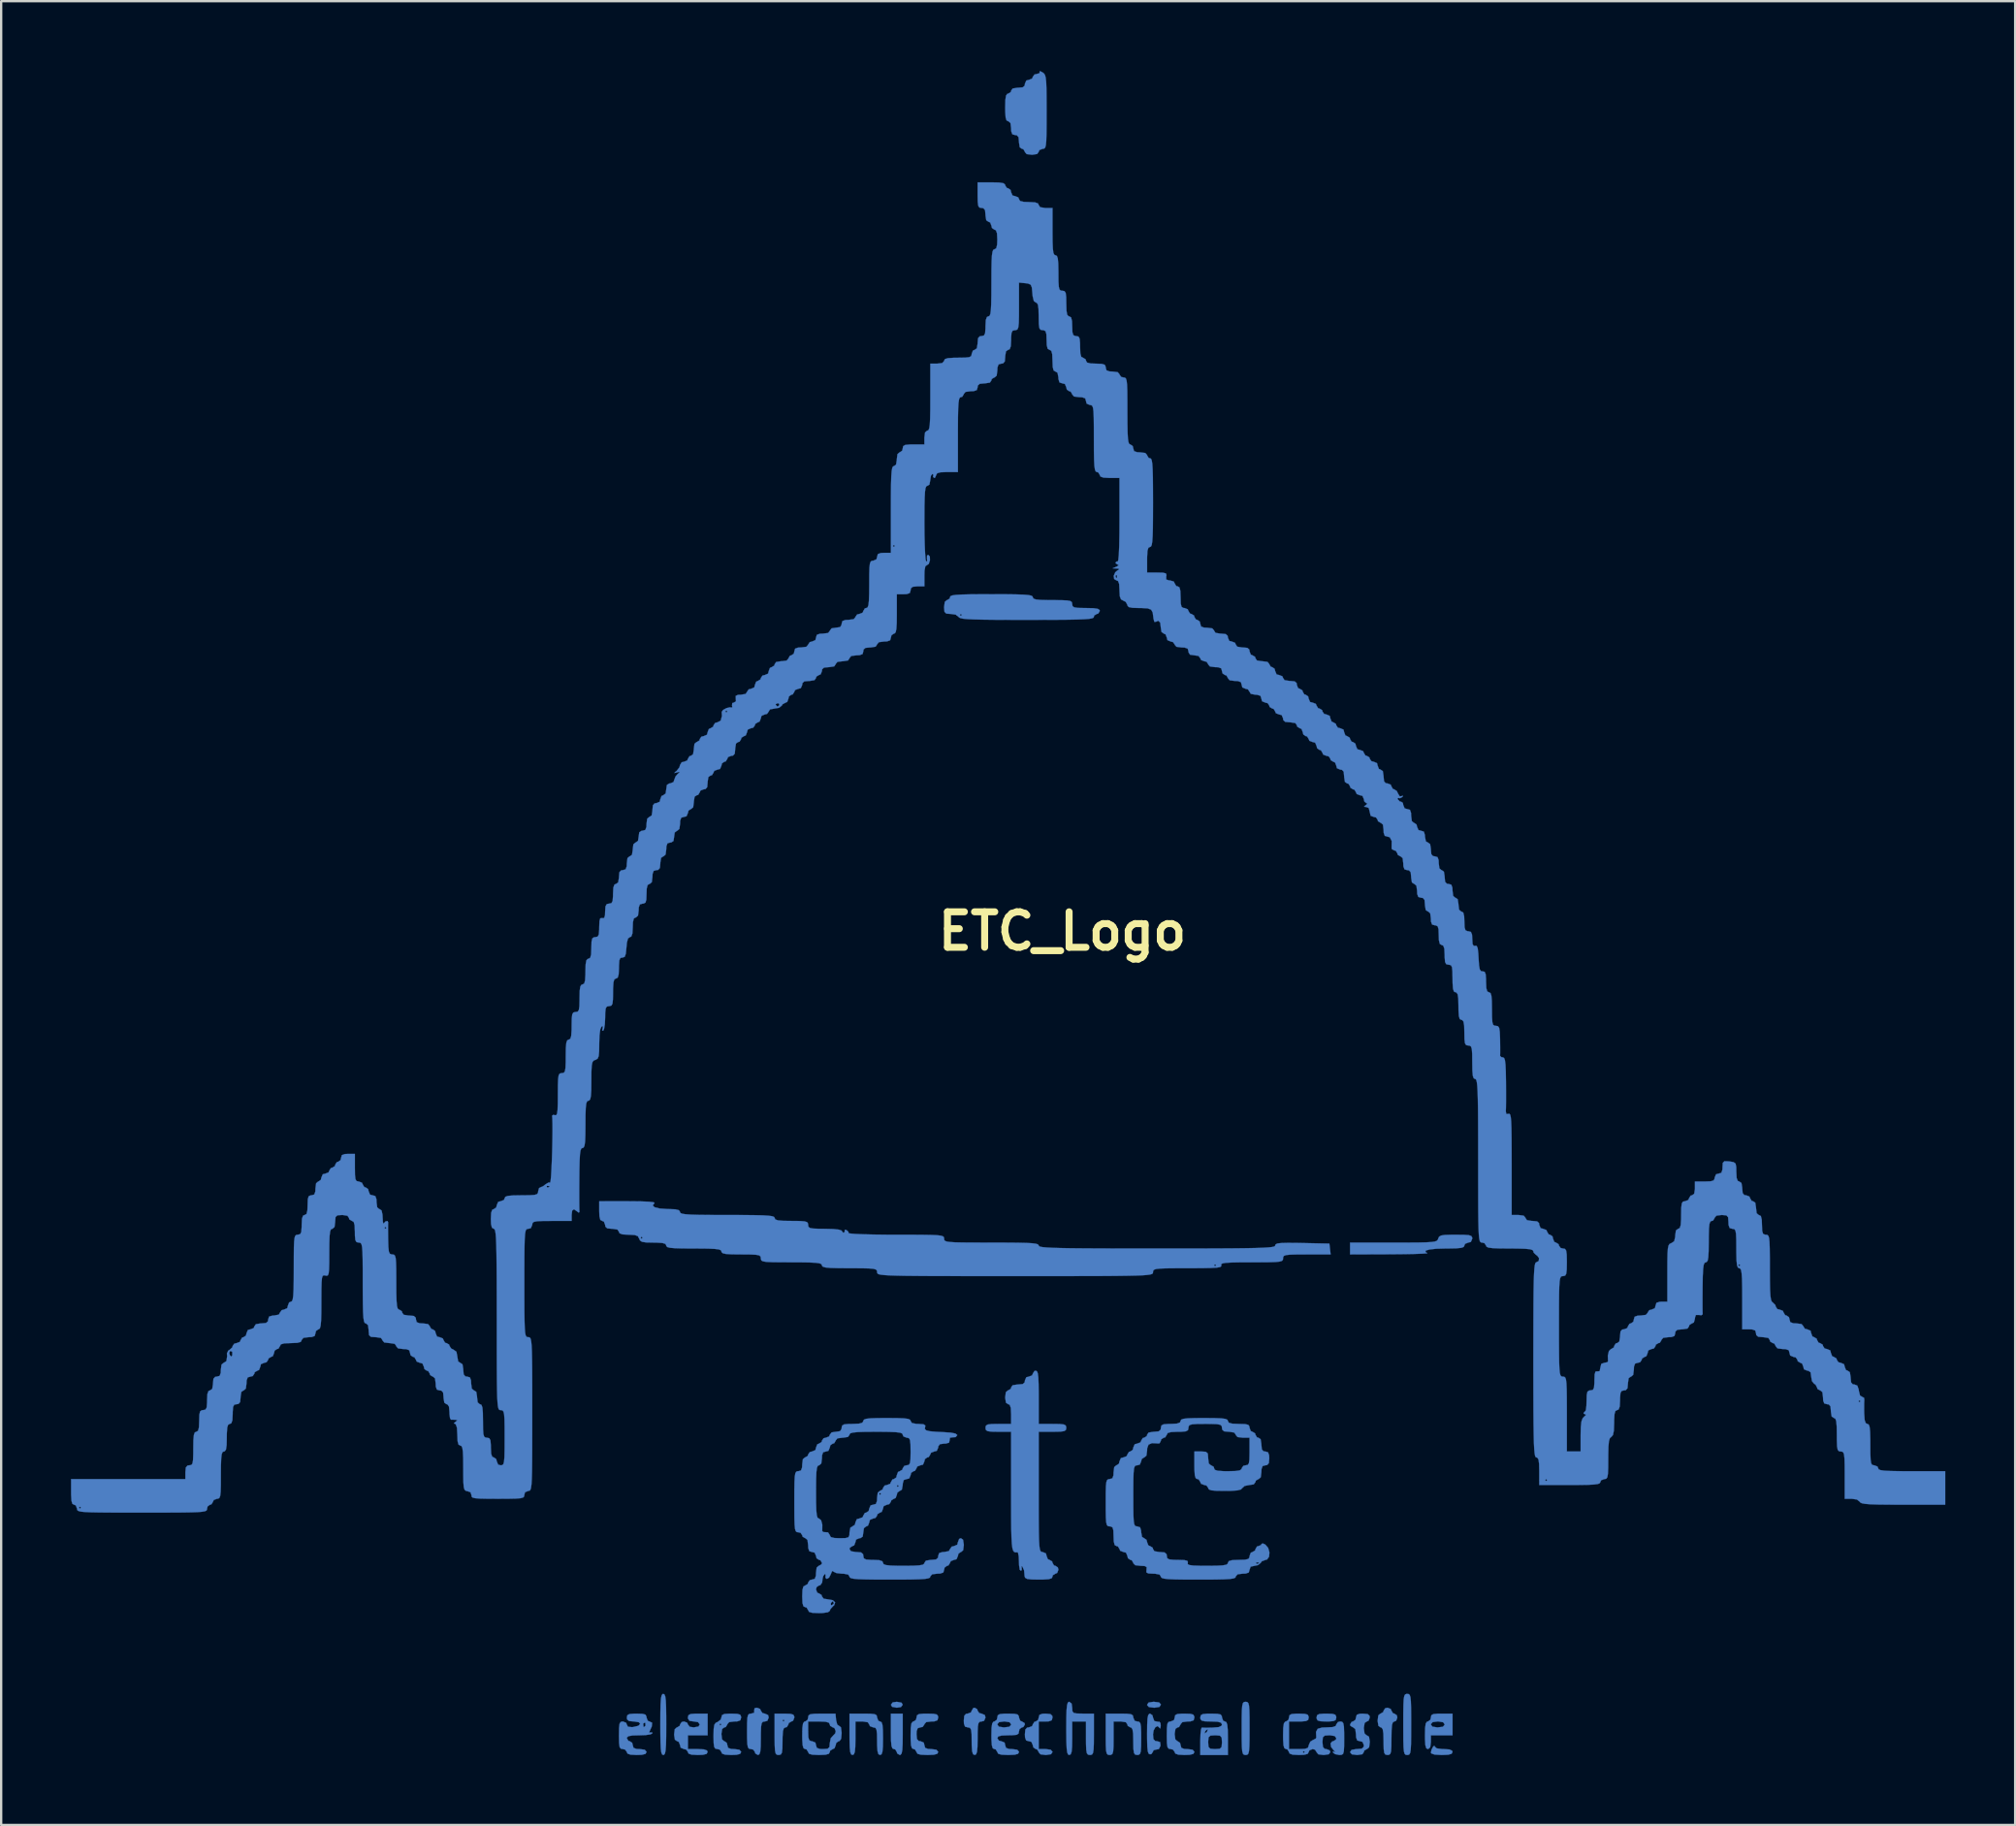
<source format=kicad_pcb>
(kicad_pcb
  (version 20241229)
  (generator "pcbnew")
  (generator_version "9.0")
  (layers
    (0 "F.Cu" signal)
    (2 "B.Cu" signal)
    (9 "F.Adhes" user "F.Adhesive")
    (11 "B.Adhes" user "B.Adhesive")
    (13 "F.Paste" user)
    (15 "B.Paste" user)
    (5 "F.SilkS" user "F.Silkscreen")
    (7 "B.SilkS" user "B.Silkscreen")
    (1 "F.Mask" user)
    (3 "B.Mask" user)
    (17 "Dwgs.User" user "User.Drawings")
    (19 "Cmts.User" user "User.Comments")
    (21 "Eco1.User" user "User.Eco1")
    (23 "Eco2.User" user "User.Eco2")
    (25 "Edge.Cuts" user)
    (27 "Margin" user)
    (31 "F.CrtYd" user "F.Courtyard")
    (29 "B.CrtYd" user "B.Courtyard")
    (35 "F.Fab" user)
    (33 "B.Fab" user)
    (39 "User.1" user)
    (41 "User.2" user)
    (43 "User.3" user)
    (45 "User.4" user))
  (footprint "ETC_Logo"
    (layer "F.Cu")
    (at 42.592 36.957)
    (property "Reference" "ETC_Logo" (at 0 0 0) (layer "F.SilkS") (effects (font (size 1.524 1.524) (thickness 0.3))))
    (attr through_hole)
    (fp_poly (pts (xy -6.91 33.143) (xy -6.858 33.232) (xy -6.934 33.332) (xy -7.112 33.359) (xy -7.314 33.321) (xy -7.366 33.232) (xy -7.29 33.131) (xy -7.112 33.105) (xy -6.91 33.143)) (stroke (width 0.01) (type solid)) (fill yes) (layer "B.Cu"))
    (fp_poly (pts (xy 4.156 33.132) (xy 4.233 33.22) (xy 4.233 33.232) (xy 4.169 33.326) (xy 3.964 33.358) (xy 3.937 33.359) (xy 3.718 33.331) (xy 3.641 33.243) (xy 3.641 33.232) (xy 3.705 33.138) (xy 3.91 33.105) (xy 3.937 33.105) (xy 4.156 33.132)) (stroke (width 0.01) (type solid)) (fill yes) (layer "B.Cu"))
    (fp_poly (pts (xy 11.599 33.622) (xy 11.726 33.659) (xy 11.767 33.743) (xy 11.769 33.782) (xy 11.746 33.884) (xy 11.652 33.934) (xy 11.443 33.951) (xy 11.345 33.951) (xy 11.091 33.942) (xy 10.965 33.905) (xy 10.924 33.821) (xy 10.922 33.782) (xy 10.944 33.68) (xy 11.039 33.63) (xy 11.247 33.613) (xy 11.345 33.613) (xy 11.599 33.622)) (stroke (width 0.01) (type solid)) (fill yes) (layer "B.Cu"))
    (fp_poly (pts (xy 16.001 35.031) (xy 16.082 35.104) (xy 16.318 35.136) (xy 16.383 35.137) (xy 16.634 35.153) (xy 16.749 35.21) (xy 16.764 35.264) (xy 16.722 35.34) (xy 16.575 35.38) (xy 16.298 35.391) (xy 15.995 35.374) (xy 15.85 35.322) (xy 15.834 35.285) (xy 15.862 35.16) (xy 15.922 35.044) (xy 15.979 34.99) (xy 16.001 35.031)) (stroke (width 0.01) (type solid)) (fill yes) (layer "B.Cu"))
    (fp_poly (pts (xy -6.858 34.502) (xy -6.862 34.908) (xy -6.876 35.172) (xy -6.905 35.321) (xy -6.952 35.384) (xy -6.985 35.391) (xy -7.097 35.323) (xy -7.112 35.264) (xy -7.18 35.151) (xy -7.239 35.137) (xy -7.301 35.107) (xy -7.34 34.999) (xy -7.36 34.783) (xy -7.366 34.43) (xy -7.366 34.375) (xy -7.366 33.613) (xy -6.858 33.613) (xy -6.858 34.502)) (stroke (width 0.01) (type solid)) (fill yes) (layer "B.Cu"))
    (fp_poly (pts (xy -17.096 32.789) (xy -17.061 32.872) (xy -17.038 33.04) (xy -17.025 33.315) (xy -17.019 33.721) (xy -17.018 34.078) (xy -17.02 34.585) (xy -17.028 34.945) (xy -17.045 35.182) (xy -17.071 35.32) (xy -17.11 35.381) (xy -17.145 35.391) (xy -17.194 35.368) (xy -17.229 35.284) (xy -17.252 35.117) (xy -17.265 34.841) (xy -17.271 34.436) (xy -17.272 34.078) (xy -17.27 33.572) (xy -17.262 33.212) (xy -17.245 32.974) (xy -17.219 32.837) (xy -17.18 32.776) (xy -17.145 32.766) (xy -17.096 32.789)) (stroke (width 0.01) (type solid)) (fill yes) (layer "B.Cu"))
    (fp_poly (pts (xy 7.942 33.114) (xy 7.989 33.159) (xy 8.019 33.266) (xy 8.035 33.461) (xy 8.042 33.773) (xy 8.043 34.225) (xy 8.043 34.248) (xy 8.042 34.707) (xy 8.035 35.023) (xy 8.019 35.224) (xy 7.99 35.334) (xy 7.944 35.381) (xy 7.877 35.391) (xy 7.874 35.391) (xy 7.806 35.382) (xy 7.759 35.337) (xy 7.729 35.23) (xy 7.713 35.034) (xy 7.706 34.723) (xy 7.705 34.27) (xy 7.705 34.248) (xy 7.706 33.788) (xy 7.713 33.472) (xy 7.729 33.272) (xy 7.758 33.162) (xy 7.804 33.115) (xy 7.871 33.105) (xy 7.874 33.105) (xy 7.942 33.114)) (stroke (width 0.01) (type solid)) (fill yes) (layer "B.Cu"))
    (fp_poly (pts (xy 14.881 32.774) (xy 14.926 32.815) (xy 14.956 32.913) (xy 14.974 33.094) (xy 14.983 33.381) (xy 14.986 33.8) (xy 14.986 34.078) (xy 14.985 34.576) (xy 14.98 34.929) (xy 14.967 35.162) (xy 14.944 35.299) (xy 14.907 35.367) (xy 14.853 35.389) (xy 14.817 35.391) (xy 14.752 35.383) (xy 14.707 35.342) (xy 14.677 35.243) (xy 14.659 35.063) (xy 14.65 34.775) (xy 14.648 34.356) (xy 14.647 34.078) (xy 14.648 33.581) (xy 14.654 33.228) (xy 14.666 32.995) (xy 14.69 32.857) (xy 14.727 32.79) (xy 14.781 32.768) (xy 14.817 32.766) (xy 14.881 32.774)) (stroke (width 0.01) (type solid)) (fill yes) (layer "B.Cu"))
    (fp_poly (pts (xy -11.684 33.622) (xy -11.557 33.659) (xy -11.516 33.743) (xy -11.515 33.782) (xy -11.568 33.92) (xy -11.642 33.951) (xy -11.754 34.019) (xy -11.769 34.078) (xy -11.836 34.191) (xy -11.896 34.205) (xy -11.965 34.24) (xy -12.004 34.366) (xy -12.021 34.612) (xy -12.023 34.798) (xy -12.027 35.109) (xy -12.048 35.288) (xy -12.095 35.37) (xy -12.179 35.391) (xy -12.192 35.391) (xy -12.268 35.38) (xy -12.317 35.326) (xy -12.345 35.201) (xy -12.358 34.973) (xy -12.361 34.613) (xy -12.361 34.502) (xy -12.361 33.909) (xy -12.023 33.909) (xy -11.98 33.951) (xy -11.938 33.909) (xy -11.98 33.867) (xy -12.023 33.909) (xy -12.361 33.909) (xy -12.361 33.613) (xy -11.938 33.613) (xy -11.684 33.622)) (stroke (width 0.01) (type solid)) (fill yes) (layer "B.Cu"))
    (fp_poly (pts (xy -12.985 33.412) (xy -12.954 33.486) (xy -12.883 33.589) (xy -12.785 33.613) (xy -12.643 33.673) (xy -12.615 33.782) (xy -12.675 33.924) (xy -12.785 33.951) (xy -12.867 33.965) (xy -12.917 34.027) (xy -12.943 34.171) (xy -12.953 34.43) (xy -12.954 34.671) (xy -12.959 35.031) (xy -12.979 35.251) (xy -13.018 35.361) (xy -13.081 35.391) (xy -13.193 35.323) (xy -13.208 35.264) (xy -13.279 35.16) (xy -13.377 35.137) (xy -13.458 35.124) (xy -13.508 35.064) (xy -13.534 34.925) (xy -13.545 34.675) (xy -13.547 34.375) (xy -13.544 34.013) (xy -13.531 33.789) (xy -13.501 33.669) (xy -13.445 33.621) (xy -13.368 33.613) (xy -13.238 33.575) (xy -13.239 33.486) (xy -13.225 33.381) (xy -13.121 33.359) (xy -12.985 33.412)) (stroke (width 0.01) (type solid)) (fill yes) (layer "B.Cu"))
    (fp_poly (pts (xy 3.871 33.683) (xy 3.895 33.782) (xy 3.952 33.933) (xy 4.129 33.967) (xy 4.17 33.961) (xy 4.217 34.025) (xy 4.227 34.142) (xy 4.208 34.25) (xy 4.179 34.231) (xy 4.096 34.148) (xy 3.999 34.194) (xy 3.921 34.337) (xy 3.895 34.511) (xy 3.914 34.71) (xy 3.992 34.789) (xy 4.07 34.798) (xy 4.201 34.838) (xy 4.218 34.986) (xy 4.218 34.989) (xy 4.145 35.138) (xy 4.043 35.154) (xy 3.919 35.186) (xy 3.895 35.246) (xy 3.827 35.349) (xy 3.768 35.362) (xy 3.709 35.335) (xy 3.671 35.234) (xy 3.65 35.033) (xy 3.642 34.703) (xy 3.641 34.488) (xy 3.645 34.085) (xy 3.659 33.825) (xy 3.689 33.678) (xy 3.736 33.619) (xy 3.768 33.613) (xy 3.871 33.683)) (stroke (width 0.01) (type solid)) (fill yes) (layer "B.Cu"))
    (fp_poly (pts (xy -3.655 33.426) (xy -3.641 33.486) (xy -3.57 33.589) (xy -3.471 33.613) (xy -3.33 33.673) (xy -3.302 33.782) (xy -3.362 33.924) (xy -3.471 33.951) (xy -3.554 33.965) (xy -3.604 34.027) (xy -3.63 34.171) (xy -3.64 34.43) (xy -3.641 34.671) (xy -3.646 35.031) (xy -3.666 35.251) (xy -3.705 35.361) (xy -3.768 35.391) (xy -3.837 35.356) (xy -3.876 35.23) (xy -3.893 34.984) (xy -3.895 34.798) (xy -3.899 34.487) (xy -3.92 34.308) (xy -3.967 34.226) (xy -4.051 34.205) (xy -4.064 34.205) (xy -4.181 34.172) (xy -4.228 34.043) (xy -4.233 33.909) (xy -4.214 33.705) (xy -4.14 33.622) (xy -4.064 33.613) (xy -3.926 33.56) (xy -3.895 33.486) (xy -3.827 33.373) (xy -3.768 33.359) (xy -3.655 33.426)) (stroke (width 0.01) (type solid)) (fill yes) (layer "B.Cu"))
    (fp_poly (pts (xy 14.108 33.412) (xy 14.139 33.486) (xy 14.207 33.598) (xy 14.266 33.613) (xy 14.37 33.683) (xy 14.393 33.782) (xy 14.34 33.92) (xy 14.266 33.951) (xy 14.203 33.982) (xy 14.164 34.094) (xy 14.145 34.316) (xy 14.139 34.671) (xy 14.136 35.021) (xy 14.122 35.235) (xy 14.088 35.345) (xy 14.027 35.386) (xy 13.97 35.391) (xy 13.881 35.375) (xy 13.83 35.303) (xy 13.807 35.138) (xy 13.801 34.845) (xy 13.801 34.798) (xy 13.793 34.476) (xy 13.766 34.292) (xy 13.713 34.214) (xy 13.674 34.205) (xy 13.58 34.141) (xy 13.547 33.936) (xy 13.547 33.909) (xy 13.574 33.69) (xy 13.662 33.613) (xy 13.674 33.613) (xy 13.786 33.545) (xy 13.801 33.486) (xy 13.871 33.382) (xy 13.97 33.359) (xy 14.108 33.412)) (stroke (width 0.01) (type solid)) (fill yes) (layer "B.Cu"))
    (fp_poly (pts (xy 16.764 34.544) (xy 15.833 34.544) (xy 15.833 34.84) (xy 15.805 35.06) (xy 15.717 35.136) (xy 15.706 35.137) (xy 15.637 35.102) (xy 15.597 34.976) (xy 15.581 34.73) (xy 15.579 34.544) (xy 15.586 34.222) (xy 15.607 34.078) (xy 15.833 34.078) (xy 15.897 34.172) (xy 16.102 34.205) (xy 16.129 34.205) (xy 16.348 34.178) (xy 16.425 34.09) (xy 16.425 34.078) (xy 16.361 33.984) (xy 16.156 33.952) (xy 16.129 33.951) (xy 15.91 33.979) (xy 15.833 34.067) (xy 15.833 34.078) (xy 15.607 34.078) (xy 15.613 34.038) (xy 15.666 33.96) (xy 15.706 33.951) (xy 15.809 33.881) (xy 15.833 33.782) (xy 15.853 33.684) (xy 15.94 33.633) (xy 16.135 33.614) (xy 16.298 33.613) (xy 16.764 33.613) (xy 16.764 34.544)) (stroke (width 0.01) (type solid)) (fill yes) (layer "B.Cu"))
    (fp_poly (pts (xy 0.397 33.18) (xy 0.423 33.359) (xy 0.431 33.504) (xy 0.482 33.579) (xy 0.619 33.608) (xy 0.882 33.613) (xy 1.355 33.613) (xy 1.355 34.502) (xy 1.353 34.898) (xy 1.342 35.155) (xy 1.318 35.303) (xy 1.275 35.372) (xy 1.207 35.39) (xy 1.185 35.391) (xy 1.103 35.377) (xy 1.053 35.315) (xy 1.027 35.171) (xy 1.017 34.912) (xy 1.016 34.671) (xy 1.016 33.951) (xy 0.423 33.951) (xy 0.423 34.671) (xy 0.418 35.031) (xy 0.398 35.251) (xy 0.359 35.361) (xy 0.296 35.391) (xy 0.244 35.367) (xy 0.208 35.278) (xy 0.186 35.1) (xy 0.174 34.808) (xy 0.169 34.377) (xy 0.169 34.248) (xy 0.172 33.779) (xy 0.182 33.456) (xy 0.202 33.252) (xy 0.234 33.144) (xy 0.282 33.106) (xy 0.296 33.105) (xy 0.397 33.18)) (stroke (width 0.01) (type solid)) (fill yes) (layer "B.Cu"))
    (fp_poly (pts (xy -0.515 33.632) (xy -0.433 33.706) (xy -0.423 33.782) (xy -0.456 33.899) (xy -0.586 33.946) (xy -0.72 33.951) (xy -1.016 33.951) (xy -1.016 35.137) (xy -0.72 35.137) (xy -0.5 35.164) (xy -0.424 35.252) (xy -0.423 35.264) (xy -0.488 35.358) (xy -0.693 35.39) (xy -0.72 35.391) (xy -0.939 35.363) (xy -1.015 35.275) (xy -1.016 35.264) (xy -1.084 35.151) (xy -1.143 35.137) (xy -1.246 35.066) (xy -1.27 34.967) (xy -1.33 34.826) (xy -1.439 34.798) (xy -1.556 34.765) (xy -1.603 34.635) (xy -1.609 34.502) (xy -1.59 34.297) (xy -1.516 34.215) (xy -1.439 34.205) (xy -1.301 34.152) (xy -1.27 34.078) (xy -1.202 33.966) (xy -1.143 33.951) (xy -1.04 33.881) (xy -1.016 33.782) (xy -0.983 33.665) (xy -0.853 33.618) (xy -0.72 33.613) (xy -0.515 33.632)) (stroke (width 0.01) (type solid)) (fill yes) (layer "B.Cu"))
    (fp_poly (pts (xy 17.248 13.042) (xy 17.459 13.057) (xy 17.567 13.092) (xy 17.607 13.154) (xy 17.611 13.208) (xy 17.551 13.35) (xy 17.441 13.377) (xy 17.303 13.43) (xy 17.272 13.504) (xy 17.243 13.565) (xy 17.137 13.603) (xy 16.927 13.624) (xy 16.582 13.631) (xy 16.473 13.631) (xy 16.064 13.642) (xy 15.773 13.674) (xy 15.614 13.721) (xy 15.601 13.782) (xy 15.684 13.829) (xy 15.636 13.842) (xy 15.443 13.854) (xy 15.126 13.865) (xy 14.71 13.873) (xy 14.216 13.878) (xy 14.076 13.879) (xy 12.361 13.885) (xy 12.361 13.377) (xy 14.232 13.377) (xy 14.841 13.377) (xy 15.302 13.374) (xy 15.636 13.366) (xy 15.865 13.352) (xy 16.009 13.33) (xy 16.091 13.298) (xy 16.13 13.254) (xy 16.147 13.208) (xy 16.185 13.125) (xy 16.269 13.074) (xy 16.435 13.048) (xy 16.718 13.039) (xy 16.901 13.039) (xy 17.248 13.042)) (stroke (width 0.01) (type solid)) (fill yes) (layer "B.Cu"))
    (fp_poly (pts (xy -8.24 33.617) (xy -8.061 33.638) (xy -7.98 33.685) (xy -7.959 33.769) (xy -7.959 33.782) (xy -7.906 33.92) (xy -7.832 33.951) (xy -7.768 33.982) (xy -7.729 34.094) (xy -7.71 34.316) (xy -7.705 34.671) (xy -7.71 35.031) (xy -7.73 35.251) (xy -7.769 35.361) (xy -7.832 35.391) (xy -7.901 35.356) (xy -7.94 35.23) (xy -7.957 34.984) (xy -7.959 34.798) (xy -7.963 34.487) (xy -7.984 34.308) (xy -8.031 34.226) (xy -8.115 34.205) (xy -8.128 34.205) (xy -8.266 34.152) (xy -8.297 34.078) (xy -8.362 33.984) (xy -8.567 33.952) (xy -8.594 33.951) (xy -8.89 33.951) (xy -8.89 34.671) (xy -8.895 35.031) (xy -8.915 35.251) (xy -8.954 35.361) (xy -9.017 35.391) (xy -9.075 35.363) (xy -9.113 35.263) (xy -9.134 35.063) (xy -9.143 34.736) (xy -9.144 34.502) (xy -9.144 33.613) (xy -8.551 33.613) (xy -8.24 33.617)) (stroke (width 0.01) (type solid)) (fill yes) (layer "B.Cu"))
    (fp_poly (pts (xy -15.24 34.544) (xy -16.087 34.544) (xy -16.087 35.137) (xy -15.663 35.137) (xy -15.397 35.15) (xy -15.267 35.197) (xy -15.24 35.264) (xy -15.285 35.344) (xy -15.442 35.383) (xy -15.663 35.391) (xy -15.93 35.377) (xy -16.06 35.33) (xy -16.087 35.264) (xy -16.157 35.16) (xy -16.256 35.137) (xy -16.398 35.077) (xy -16.425 34.967) (xy -16.478 34.829) (xy -16.552 34.798) (xy -16.646 34.734) (xy -16.679 34.529) (xy -16.679 34.502) (xy -16.652 34.282) (xy -16.564 34.206) (xy -16.552 34.205) (xy -16.44 34.138) (xy -16.425 34.078) (xy -16.355 33.975) (xy -16.256 33.951) (xy -16.118 34.004) (xy -16.087 34.078) (xy -16.011 34.179) (xy -15.833 34.205) (xy -15.631 34.167) (xy -15.579 34.078) (xy -15.654 33.978) (xy -15.833 33.951) (xy -16.019 33.925) (xy -16.084 33.826) (xy -16.087 33.782) (xy -16.064 33.68) (xy -15.97 33.63) (xy -15.761 33.613) (xy -15.663 33.613) (xy -15.24 33.613) (xy -15.24 34.544)) (stroke (width 0.01) (type solid)) (fill yes) (layer "B.Cu"))
    (fp_poly (pts (xy 2.767 33.617) (xy 2.945 33.638) (xy 3.027 33.685) (xy 3.048 33.769) (xy 3.048 33.782) (xy 3.108 33.924) (xy 3.217 33.951) (xy 3.3 33.965) (xy 3.35 34.027) (xy 3.376 34.171) (xy 3.386 34.43) (xy 3.387 34.671) (xy 3.384 35.021) (xy 3.369 35.235) (xy 3.335 35.345) (xy 3.274 35.386) (xy 3.217 35.391) (xy 3.128 35.375) (xy 3.077 35.303) (xy 3.054 35.138) (xy 3.048 34.845) (xy 3.048 34.798) (xy 3.041 34.476) (xy 3.014 34.292) (xy 2.961 34.214) (xy 2.921 34.205) (xy 2.809 34.138) (xy 2.794 34.078) (xy 2.73 33.984) (xy 2.525 33.952) (xy 2.498 33.951) (xy 2.201 33.951) (xy 2.201 34.671) (xy 2.198 35.021) (xy 2.184 35.235) (xy 2.15 35.345) (xy 2.089 35.386) (xy 2.032 35.391) (xy 1.956 35.38) (xy 1.907 35.326) (xy 1.879 35.201) (xy 1.866 34.973) (xy 1.863 34.613) (xy 1.863 34.502) (xy 1.863 33.613) (xy 2.455 33.613) (xy 2.767 33.617)) (stroke (width 0.01) (type solid)) (fill yes) (layer "B.Cu"))
    (fp_poly (pts (xy -5.531 33.62) (xy -5.39 33.652) (xy -5.339 33.723) (xy -5.334 33.782) (xy -5.367 33.899) (xy -5.497 33.946) (xy -5.63 33.951) (xy -5.85 33.979) (xy -5.926 34.067) (xy -5.927 34.078) (xy -5.997 34.182) (xy -6.096 34.205) (xy -6.213 34.238) (xy -6.26 34.368) (xy -6.265 34.502) (xy -6.246 34.706) (xy -6.172 34.788) (xy -6.096 34.798) (xy -5.954 34.858) (xy -5.927 34.967) (xy -5.894 35.084) (xy -5.764 35.131) (xy -5.63 35.137) (xy -5.411 35.164) (xy -5.335 35.252) (xy -5.334 35.264) (xy -5.376 35.34) (xy -5.523 35.38) (xy -5.8 35.391) (xy -6.08 35.379) (xy -6.225 35.339) (xy -6.265 35.264) (xy -6.333 35.151) (xy -6.392 35.137) (xy -6.461 35.102) (xy -6.501 34.976) (xy -6.517 34.73) (xy -6.519 34.544) (xy -6.512 34.222) (xy -6.485 34.038) (xy -6.432 33.96) (xy -6.392 33.951) (xy -6.289 33.881) (xy -6.265 33.782) (xy -6.245 33.684) (xy -6.158 33.633) (xy -5.963 33.614) (xy -5.8 33.613) (xy -5.531 33.62)) (stroke (width 0.01) (type solid)) (fill yes) (layer "B.Cu"))
    (fp_poly (pts (xy 13.116 33.632) (xy 13.198 33.706) (xy 13.208 33.782) (xy 13.155 33.92) (xy 13.081 33.951) (xy 12.987 34.016) (xy 12.954 34.221) (xy 12.954 34.248) (xy 12.982 34.467) (xy 13.069 34.543) (xy 13.081 34.544) (xy 13.175 34.608) (xy 13.208 34.813) (xy 13.208 34.84) (xy 13.18 35.06) (xy 13.093 35.136) (xy 13.081 35.137) (xy 12.969 35.204) (xy 12.954 35.264) (xy 12.89 35.358) (xy 12.685 35.39) (xy 12.658 35.391) (xy 12.438 35.363) (xy 12.362 35.275) (xy 12.361 35.264) (xy 12.426 35.17) (xy 12.631 35.137) (xy 12.658 35.137) (xy 12.862 35.118) (xy 12.944 35.044) (xy 12.954 34.967) (xy 12.894 34.826) (xy 12.785 34.798) (xy 12.668 34.765) (xy 12.621 34.635) (xy 12.615 34.502) (xy 12.588 34.282) (xy 12.5 34.206) (xy 12.488 34.205) (xy 12.376 34.138) (xy 12.361 34.078) (xy 12.429 33.966) (xy 12.488 33.951) (xy 12.592 33.881) (xy 12.615 33.782) (xy 12.648 33.665) (xy 12.778 33.618) (xy 12.912 33.613) (xy 13.116 33.632)) (stroke (width 0.01) (type solid)) (fill yes) (layer "B.Cu"))
    (fp_poly (pts (xy 5.503 33.622) (xy 5.63 33.659) (xy 5.671 33.743) (xy 5.673 33.782) (xy 5.64 33.899) (xy 5.51 33.946) (xy 5.376 33.951) (xy 5.157 33.979) (xy 5.081 34.067) (xy 5.08 34.078) (xy 5.012 34.191) (xy 4.953 34.205) (xy 4.859 34.27) (xy 4.826 34.475) (xy 4.826 34.502) (xy 4.854 34.721) (xy 4.941 34.797) (xy 4.953 34.798) (xy 5.056 34.869) (xy 5.08 34.967) (xy 5.113 35.084) (xy 5.243 35.131) (xy 5.376 35.137) (xy 5.596 35.164) (xy 5.672 35.252) (xy 5.673 35.264) (xy 5.627 35.344) (xy 5.47 35.383) (xy 5.249 35.391) (xy 4.983 35.377) (xy 4.853 35.33) (xy 4.826 35.264) (xy 4.755 35.16) (xy 4.657 35.137) (xy 4.568 35.121) (xy 4.517 35.049) (xy 4.493 34.884) (xy 4.487 34.591) (xy 4.487 34.544) (xy 4.492 34.233) (xy 4.513 34.054) (xy 4.559 33.972) (xy 4.643 33.951) (xy 4.657 33.951) (xy 4.798 33.891) (xy 4.826 33.782) (xy 4.848 33.68) (xy 4.943 33.63) (xy 5.151 33.613) (xy 5.249 33.613) (xy 5.503 33.622)) (stroke (width 0.01) (type solid)) (fill yes) (layer "B.Cu"))
    (fp_poly (pts (xy -13.97 33.622) (xy -13.843 33.659) (xy -13.802 33.743) (xy -13.801 33.782) (xy -13.834 33.899) (xy -13.963 33.946) (xy -14.097 33.951) (xy -14.316 33.979) (xy -14.393 34.067) (xy -14.393 34.078) (xy -14.461 34.191) (xy -14.52 34.205) (xy -14.614 34.27) (xy -14.647 34.475) (xy -14.647 34.502) (xy -14.62 34.721) (xy -14.532 34.797) (xy -14.52 34.798) (xy -14.417 34.869) (xy -14.393 34.967) (xy -14.36 35.084) (xy -14.231 35.131) (xy -14.097 35.137) (xy -13.878 35.164) (xy -13.801 35.252) (xy -13.801 35.264) (xy -13.846 35.344) (xy -14.003 35.383) (xy -14.224 35.391) (xy -14.49 35.377) (xy -14.62 35.33) (xy -14.647 35.264) (xy -14.718 35.16) (xy -14.817 35.137) (xy -14.908 35.12) (xy -14.959 35.044) (xy -14.981 34.873) (xy -14.986 34.578) (xy -14.98 34.273) (xy -14.953 34.097) (xy -14.941 34.078) (xy -14.732 34.078) (xy -14.69 34.121) (xy -14.647 34.078) (xy -14.69 34.036) (xy -14.732 34.078) (xy -14.941 34.078) (xy -14.895 34.009) (xy -14.817 33.976) (xy -14.678 33.872) (xy -14.647 33.772) (xy -14.622 33.676) (xy -14.518 33.628) (xy -14.295 33.613) (xy -14.224 33.613) (xy -13.97 33.622)) (stroke (width 0.01) (type solid)) (fill yes) (layer "B.Cu"))
    (fp_poly (pts (xy -0.856 -36.901) (xy -0.793 -36.854) (xy -0.747 -36.788) (xy -0.716 -36.677) (xy -0.695 -36.498) (xy -0.684 -36.227) (xy -0.679 -35.839) (xy -0.677 -35.31) (xy -0.677 -35.201) (xy -0.678 -34.646) (xy -0.682 -34.238) (xy -0.691 -33.955) (xy -0.708 -33.773) (xy -0.736 -33.67) (xy -0.776 -33.625) (xy -0.832 -33.613) (xy -0.847 -33.613) (xy -0.985 -33.56) (xy -1.016 -33.486) (xy -1.08 -33.392) (xy -1.285 -33.359) (xy -1.312 -33.359) (xy -1.532 -33.386) (xy -1.608 -33.474) (xy -1.609 -33.486) (xy -1.676 -33.598) (xy -1.736 -33.613) (xy -1.83 -33.677) (xy -1.862 -33.882) (xy -1.863 -33.909) (xy -1.882 -34.113) (xy -1.956 -34.196) (xy -2.032 -34.205) (xy -2.149 -34.238) (xy -2.196 -34.368) (xy -2.201 -34.502) (xy -2.229 -34.721) (xy -2.317 -34.797) (xy -2.328 -34.798) (xy -2.397 -34.833) (xy -2.437 -34.958) (xy -2.453 -35.205) (xy -2.455 -35.391) (xy -2.448 -35.713) (xy -2.421 -35.897) (xy -2.368 -35.975) (xy -2.328 -35.983) (xy -2.216 -36.051) (xy -2.201 -36.11) (xy -2.137 -36.204) (xy -1.932 -36.237) (xy -1.905 -36.237) (xy -1.701 -36.256) (xy -1.618 -36.33) (xy -1.609 -36.407) (xy -1.549 -36.548) (xy -1.439 -36.576) (xy -1.301 -36.629) (xy -1.27 -36.703) (xy -1.199 -36.806) (xy -1.096 -36.83) (xy -0.977 -36.864) (xy -0.978 -36.921) (xy -0.962 -36.952) (xy -0.856 -36.901)) (stroke (width 0.01) (type solid)) (fill yes) (layer "B.Cu"))
    (fp_poly (pts (xy 6.661 33.62) (xy 6.802 33.652) (xy 6.853 33.723) (xy 6.858 33.782) (xy 6.911 33.92) (xy 6.985 33.951) (xy 7.048 33.982) (xy 7.087 34.094) (xy 7.107 34.316) (xy 7.112 34.671) (xy 7.112 35.391) (xy 5.927 35.391) (xy 5.927 34.84) (xy 6.265 34.84) (xy 6.278 35.039) (xy 6.352 35.12) (xy 6.539 35.137) (xy 6.562 35.137) (xy 6.76 35.124) (xy 6.842 35.05) (xy 6.858 34.863) (xy 6.858 34.84) (xy 6.845 34.642) (xy 6.771 34.56) (xy 6.584 34.544) (xy 6.562 34.544) (xy 6.363 34.557) (xy 6.282 34.631) (xy 6.265 34.818) (xy 6.265 34.84) (xy 5.927 34.84) (xy 5.927 34.798) (xy 5.935 34.508) (xy 5.941 34.454) (xy 6.117 34.454) (xy 6.128 34.459) (xy 6.206 34.4) (xy 6.223 34.375) (xy 6.245 34.296) (xy 6.233 34.29) (xy 6.156 34.35) (xy 6.138 34.375) (xy 6.117 34.454) (xy 5.941 34.454) (xy 5.957 34.3) (xy 5.987 34.215) (xy 5.99 34.215) (xy 6.106 34.219) (xy 6.328 34.218) (xy 6.456 34.215) (xy 6.717 34.193) (xy 6.839 34.135) (xy 6.858 34.078) (xy 6.816 34.002) (xy 6.669 33.962) (xy 6.392 33.951) (xy 6.123 33.944) (xy 5.983 33.912) (xy 5.932 33.841) (xy 5.927 33.782) (xy 5.947 33.684) (xy 6.034 33.633) (xy 6.229 33.614) (xy 6.392 33.613) (xy 6.661 33.62)) (stroke (width 0.01) (type solid)) (fill yes) (layer "B.Cu"))
    (fp_poly (pts (xy -2.059 33.62) (xy -1.919 33.652) (xy -1.868 33.723) (xy -1.863 33.782) (xy -1.81 33.92) (xy -1.736 33.951) (xy -1.623 34.019) (xy -1.609 34.078) (xy -1.676 34.191) (xy -1.736 34.205) (xy -1.839 34.276) (xy -1.863 34.375) (xy -1.883 34.473) (xy -1.97 34.524) (xy -2.165 34.542) (xy -2.328 34.544) (xy -2.609 34.555) (xy -2.754 34.595) (xy -2.794 34.671) (xy -2.723 34.774) (xy -2.625 34.798) (xy -2.483 34.858) (xy -2.455 34.967) (xy -2.422 35.084) (xy -2.293 35.131) (xy -2.159 35.137) (xy -1.94 35.164) (xy -1.863 35.252) (xy -1.863 35.264) (xy -1.904 35.34) (xy -2.051 35.38) (xy -2.328 35.391) (xy -2.609 35.379) (xy -2.754 35.339) (xy -2.794 35.264) (xy -2.862 35.151) (xy -2.921 35.137) (xy -2.99 35.102) (xy -3.029 34.976) (xy -3.046 34.73) (xy -3.048 34.544) (xy -3.041 34.222) (xy -3.02 34.078) (xy -2.794 34.078) (xy -2.73 34.172) (xy -2.525 34.205) (xy -2.498 34.205) (xy -2.278 34.178) (xy -2.202 34.09) (xy -2.201 34.078) (xy -2.266 33.984) (xy -2.471 33.952) (xy -2.498 33.951) (xy -2.717 33.979) (xy -2.793 34.067) (xy -2.794 34.078) (xy -3.02 34.078) (xy -3.014 34.038) (xy -2.961 33.96) (xy -2.921 33.951) (xy -2.818 33.881) (xy -2.794 33.782) (xy -2.774 33.684) (xy -2.686 33.633) (xy -2.492 33.614) (xy -2.328 33.613) (xy -2.059 33.62)) (stroke (width 0.01) (type solid)) (fill yes) (layer "B.Cu"))
    (fp_poly (pts (xy -9.721 33.888) (xy -9.673 34.08) (xy -9.59 34.142) (xy -9.588 34.142) (xy -9.512 34.203) (xy -9.483 34.427) (xy -9.483 34.459) (xy -9.504 34.695) (xy -9.573 34.792) (xy -9.61 34.798) (xy -9.713 34.869) (xy -9.737 34.967) (xy -9.79 35.105) (xy -9.864 35.137) (xy -9.976 35.204) (xy -9.991 35.264) (xy -10.032 35.34) (xy -10.179 35.38) (xy -10.456 35.391) (xy -10.737 35.379) (xy -10.882 35.339) (xy -10.922 35.264) (xy -10.99 35.151) (xy -11.049 35.137) (xy -11.118 35.102) (xy -11.157 34.976) (xy -11.174 34.73) (xy -11.176 34.544) (xy -11.169 34.222) (xy -11.142 34.038) (xy -11.089 33.96) (xy -11.049 33.951) (xy -10.922 33.951) (xy -10.922 34.375) (xy -10.913 34.629) (xy -10.875 34.755) (xy -10.792 34.796) (xy -10.753 34.798) (xy -10.611 34.858) (xy -10.583 34.967) (xy -10.55 35.084) (xy -10.421 35.131) (xy -10.287 35.137) (xy -10.088 35.123) (xy -10.006 35.051) (xy -9.991 34.88) (xy -9.951 34.672) (xy -9.864 34.575) (xy -9.757 34.459) (xy -9.737 34.366) (xy -9.792 34.233) (xy -9.864 34.205) (xy -9.976 34.138) (xy -9.991 34.078) (xy -10.032 34.002) (xy -10.179 33.962) (xy -10.456 33.951) (xy -10.922 33.951) (xy -11.049 33.951) (xy -10.946 33.881) (xy -10.922 33.782) (xy -10.906 33.693) (xy -10.833 33.642) (xy -10.668 33.619) (xy -10.373 33.613) (xy -10.335 33.613) (xy -9.747 33.613) (xy -9.721 33.888)) (stroke (width 0.01) (type solid)) (fill yes) (layer "B.Cu"))
    (fp_poly (pts (xy -2.448 -14.477) (xy -1.997 -14.471) (xy -1.675 -14.461) (xy -1.461 -14.443) (xy -1.336 -14.418) (xy -1.28 -14.383) (xy -1.27 -14.351) (xy -1.242 -14.292) (xy -1.14 -14.254) (xy -0.935 -14.233) (xy -0.6 -14.225) (xy -0.423 -14.224) (xy -0.038 -14.222) (xy 0.209 -14.211) (xy 0.347 -14.185) (xy 0.409 -14.138) (xy 0.423 -14.064) (xy 0.423 -14.055) (xy 0.439 -13.966) (xy 0.511 -13.915) (xy 0.676 -13.891) (xy 0.969 -13.885) (xy 1.016 -13.885) (xy 1.338 -13.878) (xy 1.522 -13.851) (xy 1.6 -13.798) (xy 1.609 -13.758) (xy 1.541 -13.646) (xy 1.482 -13.631) (xy 1.369 -13.564) (xy 1.355 -13.504) (xy 1.337 -13.47) (xy 1.273 -13.442) (xy 1.148 -13.42) (xy 0.944 -13.404) (xy 0.646 -13.392) (xy 0.238 -13.384) (xy -0.297 -13.38) (xy -0.974 -13.378) (xy -1.527 -13.377) (xy -2.313 -13.378) (xy -2.946 -13.381) (xy -3.442 -13.387) (xy -3.818 -13.396) (xy -4.09 -13.41) (xy -4.274 -13.428) (xy -4.386 -13.453) (xy -4.443 -13.483) (xy -4.457 -13.504) (xy -4.564 -13.589) (xy -4.403 -13.589) (xy -4.36 -13.547) (xy -4.318 -13.589) (xy -4.36 -13.631) (xy -4.403 -13.589) (xy -4.564 -13.589) (xy -4.578 -13.6) (xy -4.793 -13.631) (xy -4.985 -13.645) (xy -5.064 -13.721) (xy -5.08 -13.91) (xy -5.08 -13.928) (xy -5.052 -14.147) (xy -4.965 -14.223) (xy -4.953 -14.224) (xy -4.841 -14.292) (xy -4.826 -14.351) (xy -4.806 -14.394) (xy -4.731 -14.426) (xy -4.583 -14.449) (xy -4.34 -14.464) (xy -3.982 -14.473) (xy -3.49 -14.477) (xy -3.048 -14.478) (xy -2.448 -14.477)) (stroke (width 0.01) (type solid)) (fill yes) (layer "B.Cu"))
    (fp_poly (pts (xy -18.034 33.622) (xy -17.907 33.659) (xy -17.866 33.743) (xy -17.865 33.782) (xy -17.812 33.92) (xy -17.738 33.951) (xy -17.625 34.005) (xy -17.64 34.166) (xy -17.704 34.306) (xy -17.755 34.426) (xy -17.707 34.424) (xy -17.704 34.422) (xy -17.62 34.421) (xy -17.611 34.454) (xy -17.69 34.504) (xy -17.909 34.536) (xy -18.161 34.544) (xy -18.47 34.552) (xy -18.641 34.583) (xy -18.707 34.642) (xy -18.711 34.671) (xy -18.644 34.783) (xy -18.584 34.798) (xy -18.481 34.869) (xy -18.457 34.967) (xy -18.424 35.084) (xy -18.295 35.131) (xy -18.161 35.137) (xy -17.942 35.164) (xy -17.865 35.252) (xy -17.865 35.264) (xy -17.91 35.344) (xy -18.067 35.383) (xy -18.288 35.391) (xy -18.554 35.377) (xy -18.684 35.33) (xy -18.711 35.264) (xy -18.782 35.16) (xy -18.881 35.137) (xy -18.97 35.121) (xy -19.021 35.049) (xy -19.044 34.884) (xy -19.05 34.591) (xy -19.05 34.544) (xy -19.045 34.233) (xy -19.025 34.054) (xy -18.978 33.972) (xy -18.894 33.951) (xy -18.881 33.951) (xy -18.741 34.007) (xy -18.711 34.084) (xy -18.662 34.176) (xy -18.494 34.194) (xy -18.443 34.19) (xy -18.221 34.137) (xy -18.163 34.082) (xy -18.006 34.082) (xy -17.987 34.197) (xy -17.926 34.15) (xy -17.911 34.127) (xy -17.915 34.02) (xy -17.934 34.003) (xy -17.997 34.028) (xy -18.006 34.082) (xy -18.163 34.082) (xy -18.136 34.057) (xy -18.195 33.984) (xy -18.4 33.951) (xy -18.408 33.951) (xy -18.615 33.933) (xy -18.7 33.863) (xy -18.711 33.782) (xy -18.689 33.68) (xy -18.594 33.63) (xy -18.386 33.613) (xy -18.288 33.613) (xy -18.034 33.622)) (stroke (width 0.01) (type solid)) (fill yes) (layer "B.Cu"))
    (fp_poly (pts (xy 10.414 33.622) (xy 10.541 33.659) (xy 10.582 33.743) (xy 10.583 33.782) (xy 10.561 33.884) (xy 10.466 33.934) (xy 10.258 33.951) (xy 10.16 33.951) (xy 9.737 33.951) (xy 9.737 35.137) (xy 10.16 35.137) (xy 10.415 35.127) (xy 10.542 35.089) (xy 10.582 35.005) (xy 10.583 34.973) (xy 10.654 34.817) (xy 10.751 34.756) (xy 10.883 34.689) (xy 10.91 34.645) (xy 10.898 34.399) (xy 10.971 34.265) (xy 11.161 34.212) (xy 11.345 34.205) (xy 11.612 34.192) (xy 11.742 34.145) (xy 11.769 34.078) (xy 11.839 33.975) (xy 11.938 33.951) (xy 12.02 33.965) (xy 12.071 34.027) (xy 12.097 34.171) (xy 12.106 34.43) (xy 12.107 34.671) (xy 12.105 35.02) (xy 12.093 35.232) (xy 12.06 35.343) (xy 11.997 35.384) (xy 11.901 35.391) (xy 11.718 35.354) (xy 11.634 35.293) (xy 11.626 35.234) (xy 11.692 35.257) (xy 11.731 35.262) (xy 11.663 35.197) (xy 11.545 35.045) (xy 11.522 34.895) (xy 11.596 34.805) (xy 11.642 34.798) (xy 11.754 34.73) (xy 11.769 34.671) (xy 11.704 34.577) (xy 11.499 34.544) (xy 11.472 34.544) (xy 11.274 34.557) (xy 11.192 34.631) (xy 11.176 34.818) (xy 11.176 34.84) (xy 11.195 35.045) (xy 11.269 35.127) (xy 11.345 35.137) (xy 11.483 35.19) (xy 11.515 35.264) (xy 11.45 35.358) (xy 11.245 35.39) (xy 11.218 35.391) (xy 10.999 35.363) (xy 10.923 35.275) (xy 10.922 35.264) (xy 10.851 35.16) (xy 10.753 35.137) (xy 10.615 35.19) (xy 10.583 35.264) (xy 10.538 35.344) (xy 10.381 35.383) (xy 10.16 35.391) (xy 9.894 35.377) (xy 9.764 35.33) (xy 9.737 35.264) (xy 10.329 35.264) (xy 10.372 35.306) (xy 10.414 35.264) (xy 10.372 35.221) (xy 10.329 35.264) (xy 9.737 35.264) (xy 9.669 35.151) (xy 9.61 35.137) (xy 9.541 35.102) (xy 9.501 34.976) (xy 9.485 34.73) (xy 9.483 34.544) (xy 9.49 34.222) (xy 9.517 34.038) (xy 9.57 33.96) (xy 9.61 33.951) (xy 9.713 33.881) (xy 9.737 33.782) (xy 9.759 33.68) (xy 9.854 33.63) (xy 10.062 33.613) (xy 10.16 33.613) (xy 10.414 33.622)) (stroke (width 0.01) (type solid)) (fill yes) (layer "B.Cu"))
    (fp_poly (pts (xy -1.091 18.905) (xy -1.055 18.994) (xy -1.032 19.172) (xy -1.02 19.464) (xy -1.016 19.894) (xy -1.016 20.024) (xy -1.016 21.167) (xy -0.423 21.167) (xy -0.112 21.171) (xy 0.067 21.192) (xy 0.148 21.239) (xy 0.169 21.323) (xy 0.169 21.336) (xy 0.153 21.425) (xy 0.081 21.476) (xy -0.083 21.499) (xy -0.376 21.505) (xy -0.423 21.505) (xy -1.016 21.505) (xy -1.016 24.088) (xy -1.016 24.816) (xy -1.014 25.393) (xy -1.01 25.836) (xy -1.002 26.162) (xy -0.989 26.39) (xy -0.97 26.537) (xy -0.943 26.621) (xy -0.909 26.659) (xy -0.865 26.67) (xy -0.847 26.67) (xy -0.705 26.73) (xy -0.677 26.839) (xy -0.624 26.977) (xy -0.55 27.009) (xy -0.438 27.076) (xy -0.423 27.136) (xy -0.356 27.248) (xy -0.296 27.263) (xy -0.193 27.333) (xy -0.169 27.432) (xy -0.222 27.57) (xy -0.296 27.601) (xy -0.409 27.669) (xy -0.423 27.728) (xy -0.458 27.797) (xy -0.584 27.837) (xy -0.83 27.853) (xy -1.016 27.855) (xy -1.332 27.849) (xy -1.515 27.825) (xy -1.6 27.775) (xy -1.622 27.707) (xy -1.638 27.52) (xy -1.644 27.459) (xy -1.71 27.31) (xy -1.729 27.29) (xy -1.767 27.279) (xy -1.748 27.32) (xy -1.746 27.443) (xy -1.777 27.473) (xy -1.83 27.433) (xy -1.859 27.241) (xy -1.863 27.098) (xy -1.874 26.857) (xy -1.903 26.707) (xy -1.926 26.68) (xy -2.003 26.688) (xy -2.064 26.672) (xy -2.111 26.617) (xy -2.146 26.503) (xy -2.17 26.316) (xy -2.186 26.036) (xy -2.196 25.647) (xy -2.2 25.131) (xy -2.201 24.472) (xy -2.201 24.088) (xy -2.201 21.505) (xy -2.752 21.505) (xy -3.049 21.5) (xy -3.216 21.477) (xy -3.287 21.423) (xy -3.302 21.336) (xy -3.285 21.244) (xy -3.208 21.193) (xy -3.035 21.171) (xy -2.752 21.167) (xy -2.201 21.167) (xy -2.201 20.743) (xy -2.215 20.477) (xy -2.262 20.347) (xy -2.328 20.32) (xy -2.422 20.256) (xy -2.455 20.051) (xy -2.455 20.024) (xy -2.428 19.804) (xy -2.34 19.728) (xy -2.328 19.727) (xy -2.216 19.66) (xy -2.201 19.6) (xy -2.137 19.506) (xy -1.932 19.474) (xy -1.905 19.473) (xy -1.701 19.454) (xy -1.618 19.38) (xy -1.609 19.304) (xy -1.549 19.162) (xy -1.439 19.135) (xy -1.301 19.082) (xy -1.27 19.008) (xy -1.202 18.895) (xy -1.143 18.881) (xy -1.091 18.905)) (stroke (width 0.01) (type solid)) (fill yes) (layer "B.Cu"))
    (fp_poly (pts (xy -18.648 11.601) (xy -18.121 11.606) (xy -17.76 11.62) (xy -17.56 11.644) (xy -17.518 11.678) (xy -17.526 11.685) (xy -17.598 11.78) (xy -17.517 11.858) (xy -17.301 11.912) (xy -16.967 11.936) (xy -16.912 11.937) (xy -16.624 11.948) (xy -16.472 11.986) (xy -16.426 12.058) (xy -16.425 12.065) (xy -16.406 12.105) (xy -16.335 12.136) (xy -16.193 12.159) (xy -15.963 12.175) (xy -15.623 12.185) (xy -15.157 12.19) (xy -14.543 12.192) (xy -14.393 12.192) (xy -13.747 12.193) (xy -13.251 12.198) (xy -12.886 12.206) (xy -12.634 12.221) (xy -12.475 12.242) (xy -12.391 12.271) (xy -12.362 12.31) (xy -12.361 12.319) (xy -12.331 12.382) (xy -12.219 12.421) (xy -11.996 12.441) (xy -11.642 12.446) (xy -11.292 12.449) (xy -11.078 12.464) (xy -10.967 12.498) (xy -10.927 12.559) (xy -10.922 12.615) (xy -10.909 12.698) (xy -10.846 12.748) (xy -10.702 12.774) (xy -10.443 12.784) (xy -10.202 12.785) (xy -9.852 12.794) (xy -9.604 12.82) (xy -9.488 12.858) (xy -9.483 12.869) (xy -9.418 12.951) (xy -9.393 12.954) (xy -9.342 12.902) (xy -9.355 12.87) (xy -9.341 12.822) (xy -9.276 12.837) (xy -9.187 12.916) (xy -9.192 12.963) (xy -9.125 12.985) (xy -8.907 13.004) (xy -8.556 13.02) (xy -8.092 13.031) (xy -7.532 13.038) (xy -7.159 13.039) (xy -6.514 13.039) (xy -6.018 13.042) (xy -5.652 13.048) (xy -5.396 13.059) (xy -5.23 13.077) (xy -5.136 13.104) (xy -5.092 13.14) (xy -5.08 13.188) (xy -5.08 13.208) (xy -5.074 13.261) (xy -5.043 13.302) (xy -4.968 13.332) (xy -4.828 13.352) (xy -4.603 13.366) (xy -4.273 13.373) (xy -3.819 13.376) (xy -3.22 13.377) (xy -3.048 13.377) (xy -2.402 13.379) (xy -1.906 13.383) (xy -1.541 13.392) (xy -1.289 13.406) (xy -1.13 13.427) (xy -1.046 13.457) (xy -1.017 13.495) (xy -1.016 13.504) (xy -1 13.531) (xy -0.945 13.554) (xy -0.838 13.573) (xy -0.667 13.588) (xy -0.42 13.601) (xy -0.085 13.611) (xy 0.351 13.619) (xy 0.899 13.624) (xy 1.572 13.628) (xy 2.382 13.63) (xy 3.341 13.631) (xy 4.064 13.631) (xy 5.127 13.631) (xy 6.033 13.63) (xy 6.793 13.627) (xy 7.422 13.623) (xy 7.93 13.617) (xy 8.329 13.609) (xy 8.633 13.598) (xy 8.854 13.584) (xy 9.003 13.568) (xy 9.092 13.548) (xy 9.135 13.524) (xy 9.144 13.502) (xy 9.165 13.45) (xy 9.245 13.415) (xy 9.408 13.396) (xy 9.68 13.389) (xy 10.085 13.392) (xy 10.308 13.396) (xy 11.472 13.42) (xy 11.499 13.652) (xy 11.526 13.885) (xy 10.504 13.885) (xy 10.074 13.887) (xy 9.785 13.895) (xy 9.61 13.914) (xy 9.519 13.949) (xy 9.486 14.004) (xy 9.483 14.055) (xy 9.475 14.118) (xy 9.435 14.163) (xy 9.338 14.193) (xy 9.161 14.211) (xy 8.878 14.221) (xy 8.466 14.224) (xy 8.131 14.224) (xy 7.62 14.226) (xy 7.257 14.233) (xy 7.018 14.247) (xy 6.882 14.271) (xy 6.827 14.306) (xy 6.827 14.351) (xy 6.826 14.397) (xy 6.767 14.431) (xy 6.628 14.454) (xy 6.39 14.468) (xy 6.029 14.475) (xy 5.526 14.478) (xy 5.385 14.478) (xy 4.85 14.479) (xy 4.461 14.483) (xy 4.195 14.493) (xy 4.029 14.512) (xy 3.939 14.543) (xy 3.902 14.587) (xy 3.895 14.647) (xy 3.892 14.68) (xy 3.876 14.708) (xy 3.835 14.732) (xy 3.757 14.752) (xy 3.631 14.769) (xy 3.444 14.783) (xy 3.186 14.793) (xy 2.845 14.801) (xy 2.409 14.807) (xy 1.865 14.812) (xy 1.203 14.814) (xy 0.411 14.816) (xy -0.522 14.816) (xy -1.61 14.817) (xy -2.032 14.817) (xy -3.176 14.817) (xy -4.163 14.816) (xy -5.004 14.815) (xy -5.71 14.813) (xy -6.294 14.809) (xy -6.767 14.804) (xy -7.14 14.796) (xy -7.426 14.787) (xy -7.636 14.774) (xy -7.783 14.759) (xy -7.876 14.74) (xy -7.929 14.717) (xy -7.952 14.69) (xy -7.958 14.659) (xy -7.959 14.647) (xy -7.967 14.58) (xy -8.011 14.534) (xy -8.116 14.504) (xy -8.308 14.487) (xy -8.612 14.48) (xy -9.056 14.478) (xy -9.144 14.478) (xy -9.622 14.475) (xy -9.955 14.466) (xy -10.167 14.447) (xy -10.283 14.417) (xy -10.327 14.371) (xy -10.329 14.351) (xy 6.519 14.351) (xy 6.562 14.393) (xy 6.604 14.351) (xy 6.562 14.309) (xy 6.519 14.351) (xy -10.329 14.351) (xy -10.352 14.302) (xy -10.436 14.267) (xy -10.603 14.244) (xy -10.879 14.231) (xy -11.284 14.225) (xy -11.642 14.224) (xy -12.139 14.223) (xy -12.492 14.218) (xy -12.725 14.205) (xy -12.863 14.182) (xy -12.93 14.145) (xy -12.952 14.091) (xy -12.954 14.055) (xy -12.966 13.978) (xy -13.021 13.928) (xy -13.151 13.901) (xy -13.385 13.888) (xy -13.755 13.885) (xy -13.801 13.885) (xy -14.195 13.881) (xy -14.449 13.866) (xy -14.589 13.835) (xy -14.643 13.785) (xy -14.647 13.758) (xy -14.671 13.707) (xy -14.758 13.671) (xy -14.934 13.649) (xy -15.221 13.636) (xy -15.645 13.632) (xy -15.833 13.631) (xy -16.311 13.629) (xy -16.644 13.619) (xy -16.856 13.601) (xy -16.972 13.57) (xy -17.015 13.524) (xy -17.018 13.504) (xy -17.054 13.434) (xy -17.184 13.394) (xy -17.44 13.378) (xy -17.576 13.377) (xy -17.881 13.371) (xy -18.058 13.344) (xy -18.145 13.286) (xy -18.179 13.208) (xy -18.202 13.166) (xy -18.119 13.166) (xy -18.076 13.208) (xy -18.034 13.166) (xy -18.076 13.123) (xy -18.119 13.166) (xy -18.202 13.166) (xy -18.236 13.103) (xy -18.366 13.053) (xy -18.615 13.039) (xy -18.637 13.039) (xy -18.899 13.024) (xy -19.026 12.975) (xy -19.05 12.912) (xy -19.114 12.818) (xy -19.319 12.785) (xy -19.346 12.785) (xy -19.551 12.766) (xy -19.633 12.692) (xy -19.643 12.615) (xy -19.696 12.477) (xy -19.77 12.446) (xy -19.85 12.401) (xy -19.889 12.244) (xy -19.897 12.023) (xy -19.897 11.599) (xy -18.648 11.601)) (stroke (width 0.01) (type solid)) (fill yes) (layer "B.Cu"))
    (fp_poly (pts (xy 6.534 20.916) (xy 6.829 20.928) (xy 7.006 20.951) (xy 7.092 20.99) (xy 7.112 21.04) (xy 7.154 21.116) (xy 7.301 21.156) (xy 7.578 21.167) (xy 7.847 21.174) (xy 7.987 21.206) (xy 8.038 21.277) (xy 8.043 21.336) (xy 8.096 21.474) (xy 8.17 21.505) (xy 8.283 21.573) (xy 8.297 21.632) (xy 8.365 21.745) (xy 8.424 21.759) (xy 8.518 21.824) (xy 8.551 22.029) (xy 8.551 22.056) (xy 8.57 22.26) (xy 8.644 22.342) (xy 8.721 22.352) (xy 8.837 22.385) (xy 8.884 22.515) (xy 8.89 22.648) (xy 8.871 22.853) (xy 8.797 22.935) (xy 8.721 22.945) (xy 8.604 22.978) (xy 8.557 23.107) (xy 8.551 23.241) (xy 8.524 23.46) (xy 8.436 23.537) (xy 8.424 23.537) (xy 8.312 23.605) (xy 8.297 23.664) (xy 8.222 23.765) (xy 8.041 23.791) (xy 7.833 23.831) (xy 7.735 23.918) (xy 7.671 23.984) (xy 7.52 24.023) (xy 7.251 24.042) (xy 6.976 24.045) (xy 6.619 24.04) (xy 6.401 24.02) (xy 6.293 23.98) (xy 6.265 23.918) (xy 6.195 23.815) (xy 6.096 23.791) (xy 5.958 23.738) (xy 5.927 23.664) (xy 5.859 23.552) (xy 5.8 23.537) (xy 5.731 23.502) (xy 5.691 23.377) (xy 5.675 23.13) (xy 5.673 22.945) (xy 5.673 22.352) (xy 5.969 22.352) (xy 6.168 22.365) (xy 6.249 22.439) (xy 6.265 22.626) (xy 6.265 22.648) (xy 6.293 22.868) (xy 6.381 22.944) (xy 6.392 22.945) (xy 6.505 23.012) (xy 6.519 23.072) (xy 6.554 23.141) (xy 6.68 23.18) (xy 6.926 23.197) (xy 7.112 23.199) (xy 7.434 23.191) (xy 7.618 23.164) (xy 7.696 23.111) (xy 7.705 23.072) (xy 7.775 22.968) (xy 7.874 22.945) (xy 7.963 22.929) (xy 8.014 22.857) (xy 8.037 22.692) (xy 8.043 22.399) (xy 8.043 22.352) (xy 8.043 21.759) (xy 7.747 21.759) (xy 7.528 21.732) (xy 7.451 21.644) (xy 7.451 21.632) (xy 7.386 21.538) (xy 7.181 21.506) (xy 7.154 21.505) (xy 6.95 21.486) (xy 6.868 21.412) (xy 6.858 21.336) (xy 6.845 21.254) (xy 6.782 21.203) (xy 6.638 21.177) (xy 6.379 21.168) (xy 6.138 21.167) (xy 5.788 21.17) (xy 5.575 21.184) (xy 5.464 21.218) (xy 5.423 21.279) (xy 5.419 21.336) (xy 5.398 21.434) (xy 5.311 21.485) (xy 5.116 21.504) (xy 4.953 21.505) (xy 4.672 21.517) (xy 4.528 21.557) (xy 4.487 21.632) (xy 4.42 21.745) (xy 4.36 21.759) (xy 4.249 21.827) (xy 4.233 21.89) (xy 4.179 21.997) (xy 4.128 22.007) (xy 3.851 21.993) (xy 3.701 22.057) (xy 3.644 22.218) (xy 3.641 22.31) (xy 3.613 22.529) (xy 3.525 22.605) (xy 3.514 22.606) (xy 3.41 22.677) (xy 3.387 22.775) (xy 3.327 22.917) (xy 3.217 22.945) (xy 3.153 22.953) (xy 3.108 22.994) (xy 3.078 23.092) (xy 3.06 23.272) (xy 3.051 23.56) (xy 3.048 23.979) (xy 3.048 24.257) (xy 3.049 24.754) (xy 3.054 25.107) (xy 3.067 25.34) (xy 3.09 25.478) (xy 3.127 25.546) (xy 3.181 25.568) (xy 3.217 25.569) (xy 3.341 25.609) (xy 3.385 25.758) (xy 3.387 25.823) (xy 3.425 26.025) (xy 3.514 26.077) (xy 3.617 26.148) (xy 3.641 26.247) (xy 3.694 26.385) (xy 3.768 26.416) (xy 3.88 26.484) (xy 3.895 26.543) (xy 3.959 26.637) (xy 4.164 26.67) (xy 4.191 26.67) (xy 4.395 26.689) (xy 4.478 26.763) (xy 4.487 26.839) (xy 4.507 26.936) (xy 4.593 26.987) (xy 4.785 27.007) (xy 4.962 27.009) (xy 5.234 27.017) (xy 5.368 27.047) (xy 5.396 27.108) (xy 5.388 27.136) (xy 5.389 27.193) (xy 5.461 27.23) (xy 5.631 27.252) (xy 5.925 27.261) (xy 6.226 27.263) (xy 6.631 27.259) (xy 6.894 27.244) (xy 7.043 27.216) (xy 7.105 27.169) (xy 7.112 27.136) (xy 7.12 27.122) (xy 8.326 27.122) (xy 8.337 27.172) (xy 8.382 27.178) (xy 8.452 27.147) (xy 8.438 27.122) (xy 8.338 27.111) (xy 8.326 27.122) (xy 7.12 27.122) (xy 7.154 27.059) (xy 7.301 27.02) (xy 7.578 27.009) (xy 7.847 27.001) (xy 7.987 26.97) (xy 8.038 26.899) (xy 8.043 26.839) (xy 8.096 26.701) (xy 8.17 26.67) (xy 8.283 26.602) (xy 8.297 26.543) (xy 8.365 26.431) (xy 8.424 26.416) (xy 8.537 26.37) (xy 8.551 26.331) (xy 8.609 26.3) (xy 8.721 26.351) (xy 8.843 26.494) (xy 8.897 26.688) (xy 8.881 26.873) (xy 8.795 26.993) (xy 8.73 27.009) (xy 8.572 27.068) (xy 8.521 27.136) (xy 8.408 27.232) (xy 8.258 27.263) (xy 8.09 27.301) (xy 8.043 27.432) (xy 8.01 27.549) (xy 7.881 27.596) (xy 7.747 27.601) (xy 7.528 27.629) (xy 7.451 27.717) (xy 7.451 27.728) (xy 7.43 27.773) (xy 7.353 27.806) (xy 7.198 27.829) (xy 6.945 27.844) (xy 6.573 27.852) (xy 6.06 27.855) (xy 5.842 27.855) (xy 5.274 27.854) (xy 4.855 27.848) (xy 4.562 27.835) (xy 4.376 27.815) (xy 4.274 27.786) (xy 4.236 27.746) (xy 4.233 27.728) (xy 4.176 27.639) (xy 3.987 27.603) (xy 3.903 27.601) (xy 3.691 27.59) (xy 3.609 27.542) (xy 3.616 27.432) (xy 3.622 27.319) (xy 3.534 27.272) (xy 3.354 27.263) (xy 3.131 27.237) (xy 3.049 27.154) (xy 3.048 27.136) (xy 2.98 27.023) (xy 2.921 27.009) (xy 2.818 26.938) (xy 2.794 26.839) (xy 2.734 26.698) (xy 2.625 26.67) (xy 2.487 26.617) (xy 2.455 26.543) (xy 2.388 26.431) (xy 2.328 26.416) (xy 2.248 26.371) (xy 2.209 26.214) (xy 2.201 25.993) (xy 2.192 25.739) (xy 2.155 25.612) (xy 2.071 25.571) (xy 2.032 25.569) (xy 1.961 25.559) (xy 1.913 25.511) (xy 1.884 25.395) (xy 1.869 25.185) (xy 1.863 24.852) (xy 1.863 24.553) (xy 1.864 24.124) (xy 1.872 23.837) (xy 1.892 23.662) (xy 1.927 23.573) (xy 1.982 23.541) (xy 2.032 23.537) (xy 2.149 23.504) (xy 2.196 23.375) (xy 2.201 23.241) (xy 2.229 23.022) (xy 2.317 22.945) (xy 2.328 22.945) (xy 2.432 22.874) (xy 2.455 22.775) (xy 2.515 22.634) (xy 2.625 22.606) (xy 2.763 22.553) (xy 2.794 22.479) (xy 2.862 22.367) (xy 2.921 22.352) (xy 3.024 22.281) (xy 3.048 22.183) (xy 3.108 22.041) (xy 3.217 22.013) (xy 3.355 21.96) (xy 3.387 21.886) (xy 3.454 21.774) (xy 3.514 21.759) (xy 3.626 21.692) (xy 3.641 21.632) (xy 3.705 21.538) (xy 3.91 21.506) (xy 3.937 21.505) (xy 4.141 21.486) (xy 4.224 21.412) (xy 4.233 21.336) (xy 4.256 21.234) (xy 4.35 21.184) (xy 4.559 21.167) (xy 4.657 21.167) (xy 4.923 21.153) (xy 5.053 21.106) (xy 5.08 21.04) (xy 5.105 20.985) (xy 5.199 20.948) (xy 5.387 20.926) (xy 5.695 20.915) (xy 6.096 20.913) (xy 6.534 20.916)) (stroke (width 0.01) (type solid)) (fill yes) (layer "B.Cu"))
    (fp_poly (pts (xy -7.097 20.916) (xy -6.803 20.928) (xy -6.625 20.951) (xy -6.54 20.99) (xy -6.519 21.04) (xy -6.463 21.128) (xy -6.276 21.165) (xy -6.183 21.167) (xy -5.965 21.182) (xy -5.886 21.235) (xy -5.893 21.285) (xy -5.908 21.38) (xy -5.85 21.442) (xy -5.693 21.482) (xy -5.409 21.506) (xy -5.154 21.518) (xy -4.799 21.541) (xy -4.593 21.581) (xy -4.517 21.642) (xy -4.516 21.654) (xy -4.585 21.735) (xy -4.692 21.741) (xy -4.827 21.76) (xy -4.843 21.865) (xy -4.866 21.972) (xy -5.006 22.012) (xy -5.076 22.013) (xy -5.264 22.039) (xy -5.331 22.135) (xy -5.334 22.183) (xy -5.394 22.324) (xy -5.503 22.352) (xy -5.641 22.405) (xy -5.673 22.479) (xy -5.74 22.591) (xy -5.8 22.606) (xy -5.903 22.677) (xy -5.927 22.775) (xy -5.987 22.917) (xy -6.096 22.945) (xy -6.234 22.998) (xy -6.265 23.072) (xy -6.333 23.184) (xy -6.392 23.199) (xy -6.496 23.269) (xy -6.519 23.368) (xy -6.579 23.51) (xy -6.689 23.537) (xy -6.813 23.577) (xy -6.856 23.726) (xy -6.858 23.791) (xy -6.896 23.993) (xy -6.985 24.045) (xy -7.088 24.116) (xy -7.112 24.215) (xy -7.165 24.353) (xy -7.239 24.384) (xy -7.351 24.452) (xy -7.366 24.511) (xy -7.437 24.614) (xy -7.535 24.638) (xy -7.677 24.698) (xy -7.705 24.807) (xy -7.758 24.945) (xy -7.832 24.977) (xy -7.944 25.044) (xy -7.959 25.104) (xy -8.029 25.207) (xy -8.128 25.231) (xy -8.27 25.291) (xy -8.297 25.4) (xy -8.35 25.538) (xy -8.424 25.569) (xy -8.525 25.645) (xy -8.551 25.823) (xy -8.578 26.009) (xy -8.677 26.075) (xy -8.721 26.077) (xy -8.862 26.137) (xy -8.89 26.247) (xy -8.943 26.385) (xy -9.017 26.416) (xy -9.129 26.484) (xy -9.144 26.543) (xy -9.08 26.637) (xy -8.875 26.67) (xy -8.848 26.67) (xy -8.643 26.689) (xy -8.561 26.763) (xy -8.551 26.839) (xy -8.529 26.941) (xy -8.434 26.992) (xy -8.226 27.008) (xy -8.128 27.009) (xy -7.862 27.022) (xy -7.732 27.069) (xy -7.705 27.136) (xy -7.677 27.194) (xy -7.577 27.231) (xy -7.377 27.253) (xy -7.05 27.262) (xy -6.816 27.263) (xy -6.41 27.259) (xy -6.146 27.244) (xy -5.996 27.216) (xy -5.934 27.169) (xy -5.927 27.136) (xy -5.862 27.042) (xy -5.657 27.009) (xy -5.63 27.009) (xy -5.426 26.99) (xy -5.344 26.916) (xy -5.334 26.839) (xy -5.294 26.715) (xy -5.146 26.672) (xy -5.08 26.67) (xy -4.878 26.632) (xy -4.826 26.543) (xy -4.755 26.44) (xy -4.657 26.416) (xy -4.515 26.356) (xy -4.487 26.247) (xy -4.434 26.109) (xy -4.36 26.077) (xy -4.266 26.142) (xy -4.234 26.347) (xy -4.233 26.374) (xy -4.261 26.593) (xy -4.349 26.669) (xy -4.36 26.67) (xy -4.464 26.741) (xy -4.487 26.839) (xy -4.547 26.981) (xy -4.657 27.009) (xy -4.795 27.062) (xy -4.826 27.136) (xy -4.894 27.248) (xy -4.953 27.263) (xy -5.056 27.333) (xy -5.08 27.432) (xy -5.113 27.549) (xy -5.243 27.596) (xy -5.376 27.601) (xy -5.596 27.629) (xy -5.672 27.717) (xy -5.673 27.728) (xy -5.693 27.772) (xy -5.768 27.804) (xy -5.918 27.827) (xy -6.163 27.842) (xy -6.525 27.851) (xy -7.022 27.855) (xy -7.408 27.855) (xy -8.001 27.854) (xy -8.444 27.848) (xy -8.759 27.837) (xy -8.966 27.819) (xy -9.085 27.793) (xy -9.137 27.757) (xy -9.144 27.728) (xy -9.201 27.639) (xy -9.39 27.603) (xy -9.476 27.601) (xy -9.703 27.576) (xy -9.836 27.513) (xy -9.846 27.495) (xy -9.891 27.488) (xy -9.945 27.615) (xy -9.948 27.626) (xy -10.023 27.771) (xy -10.117 27.825) (xy -10.178 27.779) (xy -10.174 27.675) (xy -10.185 27.61) (xy -10.216 27.63) (xy -10.274 27.708) (xy -10.304 27.835) (xy -10.319 27.982) (xy -10.397 28.095) (xy -10.456 28.109) (xy -10.56 28.18) (xy -10.583 28.279) (xy -10.53 28.417) (xy -10.456 28.448) (xy -10.344 28.516) (xy -10.329 28.575) (xy -10.254 28.676) (xy -10.08 28.702) (xy -9.862 28.74) (xy -9.762 28.834) (xy -9.802 28.957) (xy -9.851 28.999) (xy -9.966 29.126) (xy -9.991 29.198) (xy -10.071 29.258) (xy -10.298 29.291) (xy -10.456 29.295) (xy -10.737 29.283) (xy -10.882 29.243) (xy -10.922 29.168) (xy -10.99 29.055) (xy -11.049 29.041) (xy -11.126 28.999) (xy -11.16 28.871) (xy -9.948 28.871) (xy -9.942 28.949) (xy -9.911 28.956) (xy -9.825 28.895) (xy -9.821 28.871) (xy -9.85 28.789) (xy -9.859 28.787) (xy -9.931 28.846) (xy -9.948 28.871) (xy -11.16 28.871) (xy -11.165 28.852) (xy -11.176 28.575) (xy -11.165 28.294) (xy -11.125 28.15) (xy -11.049 28.109) (xy -10.937 28.042) (xy -10.922 27.982) (xy -10.851 27.879) (xy -10.753 27.855) (xy -10.636 27.822) (xy -10.589 27.693) (xy -10.583 27.559) (xy -10.556 27.34) (xy -10.468 27.263) (xy -10.456 27.263) (xy -10.344 27.195) (xy -10.329 27.136) (xy -10.397 27.023) (xy -10.456 27.009) (xy -10.56 26.938) (xy -10.583 26.839) (xy -10.643 26.698) (xy -10.753 26.67) (xy -10.869 26.637) (xy -10.916 26.507) (xy -10.922 26.374) (xy -10.95 26.154) (xy -11.037 26.078) (xy -11.049 26.077) (xy -11.161 26.01) (xy -11.176 25.95) (xy -11.247 25.847) (xy -11.345 25.823) (xy -11.41 25.815) (xy -11.455 25.774) (xy -11.485 25.676) (xy -11.503 25.496) (xy -11.512 25.208) (xy -11.514 24.789) (xy -11.515 24.511) (xy -11.514 24.088) (xy -10.583 24.088) (xy -10.581 24.556) (xy -10.571 24.88) (xy -10.551 25.083) (xy -10.519 25.192) (xy -10.471 25.229) (xy -10.456 25.231) (xy -10.365 25.305) (xy -10.313 25.492) (xy -10.316 25.738) (xy -10.319 25.76) (xy -10.271 25.814) (xy -10.266 25.813) (xy -10.067 25.827) (xy -9.991 25.941) (xy -9.991 25.95) (xy -9.945 26.03) (xy -9.788 26.069) (xy -9.567 26.077) (xy -9.317 26.072) (xy -9.192 26.038) (xy -9.149 25.949) (xy -9.144 25.823) (xy -9.106 25.622) (xy -9.017 25.569) (xy -8.914 25.499) (xy -8.89 25.4) (xy -8.83 25.258) (xy -8.721 25.231) (xy -8.583 25.178) (xy -8.551 25.104) (xy -8.484 24.991) (xy -8.424 24.977) (xy -8.321 24.906) (xy -8.297 24.807) (xy -8.237 24.666) (xy -8.128 24.638) (xy -8.011 24.605) (xy -7.964 24.475) (xy -7.959 24.342) (xy -7.937 24.172) (xy -7.874 24.172) (xy -7.832 24.215) (xy -7.789 24.172) (xy -7.832 24.13) (xy -7.874 24.172) (xy -7.937 24.172) (xy -7.931 24.122) (xy -7.843 24.046) (xy -7.832 24.045) (xy -7.719 23.978) (xy -7.705 23.918) (xy -7.647 23.834) (xy -7.112 23.834) (xy -7.07 23.876) (xy -7.027 23.834) (xy -7.07 23.791) (xy -7.112 23.834) (xy -7.647 23.834) (xy -7.634 23.815) (xy -7.535 23.791) (xy -7.397 23.738) (xy -7.366 23.664) (xy -7.298 23.552) (xy -7.239 23.537) (xy -7.136 23.467) (xy -7.112 23.368) (xy -7.059 23.23) (xy -6.985 23.199) (xy -6.873 23.131) (xy -6.858 23.072) (xy -6.787 22.968) (xy -6.689 22.945) (xy -6.6 22.929) (xy -6.549 22.857) (xy -6.525 22.692) (xy -6.519 22.399) (xy -6.519 22.352) (xy -6.524 22.041) (xy -6.545 21.862) (xy -6.591 21.78) (xy -6.675 21.759) (xy -6.689 21.759) (xy -6.827 21.706) (xy -6.858 21.632) (xy -6.882 21.58) (xy -6.971 21.544) (xy -7.149 21.522) (xy -7.441 21.51) (xy -7.872 21.505) (xy -8.001 21.505) (xy -8.469 21.508) (xy -8.793 21.518) (xy -8.997 21.538) (xy -9.105 21.57) (xy -9.143 21.618) (xy -9.144 21.632) (xy -9.208 21.726) (xy -9.413 21.759) (xy -9.44 21.759) (xy -9.66 21.787) (xy -9.736 21.875) (xy -9.737 21.886) (xy -9.804 21.999) (xy -9.864 22.013) (xy -9.967 22.084) (xy -9.991 22.183) (xy -10.051 22.324) (xy -10.16 22.352) (xy -10.277 22.385) (xy -10.324 22.515) (xy -10.329 22.648) (xy -10.357 22.868) (xy -10.445 22.944) (xy -10.456 22.945) (xy -10.508 22.969) (xy -10.544 23.058) (xy -10.567 23.236) (xy -10.579 23.528) (xy -10.583 23.958) (xy -10.583 24.088) (xy -11.514 24.088) (xy -11.514 24.014) (xy -11.508 23.661) (xy -11.496 23.428) (xy -11.472 23.29) (xy -11.435 23.222) (xy -11.381 23.2) (xy -11.345 23.199) (xy -11.229 23.166) (xy -11.182 23.036) (xy -11.176 22.902) (xy -11.148 22.683) (xy -11.061 22.607) (xy -11.049 22.606) (xy -10.937 22.538) (xy -10.922 22.479) (xy -10.851 22.376) (xy -10.753 22.352) (xy -10.611 22.292) (xy -10.583 22.183) (xy -10.53 22.045) (xy -10.456 22.013) (xy -10.344 21.946) (xy -10.329 21.886) (xy -10.259 21.783) (xy -10.16 21.759) (xy -10.022 21.706) (xy -9.991 21.632) (xy -9.915 21.532) (xy -9.737 21.505) (xy -9.551 21.479) (xy -9.485 21.38) (xy -9.483 21.336) (xy -9.462 21.238) (xy -9.375 21.187) (xy -9.18 21.168) (xy -9.017 21.167) (xy -8.736 21.155) (xy -8.592 21.115) (xy -8.551 21.04) (xy -8.526 20.985) (xy -8.432 20.948) (xy -8.244 20.926) (xy -7.937 20.915) (xy -7.535 20.913) (xy -7.097 20.916)) (stroke (width 0.01) (type solid)) (fill yes) (layer "B.Cu"))
    (fp_poly (pts (xy -2.726 -32.166) (xy -2.542 -32.139) (xy -2.464 -32.086) (xy -2.455 -32.046) (xy -2.388 -31.934) (xy -2.328 -31.919) (xy -2.225 -31.849) (xy -2.201 -31.75) (xy -2.141 -31.608) (xy -2.032 -31.581) (xy -1.894 -31.528) (xy -1.863 -31.454) (xy -1.817 -31.374) (xy -1.66 -31.335) (xy -1.439 -31.327) (xy -1.173 -31.313) (xy -1.043 -31.266) (xy -1.016 -31.2) (xy -0.952 -31.106) (xy -0.747 -31.073) (xy -0.72 -31.073) (xy -0.423 -31.073) (xy -0.423 -30.057) (xy -0.42 -29.619) (xy -0.408 -29.324) (xy -0.385 -29.147) (xy -0.346 -29.061) (xy -0.296 -29.041) (xy -0.234 -29.011) (xy -0.196 -28.903) (xy -0.176 -28.687) (xy -0.169 -28.334) (xy -0.169 -28.279) (xy -0.167 -27.917) (xy -0.153 -27.692) (xy -0.122 -27.572) (xy -0.067 -27.524) (xy 0 -27.517) (xy 0.092 -27.5) (xy 0.143 -27.423) (xy 0.165 -27.25) (xy 0.169 -26.966) (xy 0.178 -26.658) (xy 0.208 -26.486) (xy 0.268 -26.42) (xy 0.296 -26.416) (xy 0.376 -26.371) (xy 0.415 -26.214) (xy 0.423 -25.993) (xy 0.432 -25.739) (xy 0.47 -25.612) (xy 0.553 -25.571) (xy 0.593 -25.569) (xy 0.691 -25.549) (xy 0.742 -25.462) (xy 0.76 -25.267) (xy 0.762 -25.104) (xy 0.773 -24.823) (xy 0.813 -24.678) (xy 0.889 -24.638) (xy 1.001 -24.57) (xy 1.016 -24.511) (xy 1.061 -24.431) (xy 1.218 -24.392) (xy 1.439 -24.384) (xy 1.693 -24.375) (xy 1.82 -24.337) (xy 1.861 -24.254) (xy 1.863 -24.215) (xy 1.896 -24.098) (xy 2.025 -24.051) (xy 2.159 -24.045) (xy 2.378 -24.018) (xy 2.455 -23.93) (xy 2.455 -23.918) (xy 2.526 -23.815) (xy 2.625 -23.791) (xy 2.686 -23.784) (xy 2.731 -23.745) (xy 2.761 -23.652) (xy 2.78 -23.481) (xy 2.79 -23.209) (xy 2.793 -22.81) (xy 2.794 -22.352) (xy 2.796 -21.819) (xy 2.803 -21.432) (xy 2.817 -21.171) (xy 2.841 -21.012) (xy 2.875 -20.933) (xy 2.921 -20.913) (xy 3.024 -20.842) (xy 3.048 -20.743) (xy 3.081 -20.627) (xy 3.211 -20.58) (xy 3.344 -20.574) (xy 3.564 -20.546) (xy 3.64 -20.459) (xy 3.641 -20.447) (xy 3.708 -20.335) (xy 3.768 -20.32) (xy 3.809 -20.3) (xy 3.841 -20.228) (xy 3.864 -20.083) (xy 3.879 -19.846) (xy 3.889 -19.498) (xy 3.893 -19.019) (xy 3.895 -18.415) (xy 3.893 -17.791) (xy 3.889 -17.317) (xy 3.879 -16.974) (xy 3.863 -16.741) (xy 3.84 -16.599) (xy 3.808 -16.528) (xy 3.768 -16.51) (xy 3.696 -16.473) (xy 3.657 -16.342) (xy 3.642 -16.085) (xy 3.641 -15.96) (xy 3.641 -15.409) (xy 4.074 -15.409) (xy 4.327 -15.403) (xy 4.448 -15.372) (xy 4.475 -15.301) (xy 4.463 -15.24) (xy 4.463 -15.111) (xy 4.585 -15.071) (xy 4.622 -15.071) (xy 4.787 -15.025) (xy 4.826 -14.944) (xy 4.894 -14.831) (xy 4.953 -14.817) (xy 5.03 -14.775) (xy 5.069 -14.628) (xy 5.08 -14.351) (xy 5.087 -14.082) (xy 5.119 -13.942) (xy 5.19 -13.89) (xy 5.249 -13.885) (xy 5.387 -13.832) (xy 5.419 -13.758) (xy 5.486 -13.646) (xy 5.546 -13.631) (xy 5.658 -13.564) (xy 5.673 -13.504) (xy 5.74 -13.392) (xy 5.8 -13.377) (xy 5.903 -13.307) (xy 5.927 -13.208) (xy 5.96 -13.091) (xy 6.089 -13.044) (xy 6.223 -13.039) (xy 6.442 -13.011) (xy 6.519 -12.923) (xy 6.519 -12.912) (xy 6.584 -12.818) (xy 6.789 -12.785) (xy 6.816 -12.785) (xy 7.02 -12.766) (xy 7.102 -12.692) (xy 7.112 -12.615) (xy 7.172 -12.474) (xy 7.281 -12.446) (xy 7.419 -12.393) (xy 7.451 -12.319) (xy 7.515 -12.225) (xy 7.72 -12.192) (xy 7.747 -12.192) (xy 7.951 -12.173) (xy 8.034 -12.099) (xy 8.043 -12.023) (xy 8.096 -11.885) (xy 8.17 -11.853) (xy 8.283 -11.786) (xy 8.297 -11.726) (xy 8.362 -11.632) (xy 8.567 -11.6) (xy 8.594 -11.599) (xy 8.813 -11.572) (xy 8.889 -11.484) (xy 8.89 -11.472) (xy 8.958 -11.36) (xy 9.017 -11.345) (xy 9.12 -11.275) (xy 9.144 -11.176) (xy 9.204 -11.034) (xy 9.313 -11.007) (xy 9.451 -10.954) (xy 9.483 -10.88) (xy 9.547 -10.786) (xy 9.752 -10.753) (xy 9.779 -10.753) (xy 9.983 -10.734) (xy 10.066 -10.66) (xy 10.075 -10.583) (xy 10.128 -10.445) (xy 10.202 -10.414) (xy 10.315 -10.346) (xy 10.329 -10.287) (xy 10.397 -10.175) (xy 10.456 -10.16) (xy 10.56 -10.089) (xy 10.583 -9.991) (xy 10.643 -9.849) (xy 10.753 -9.821) (xy 10.891 -9.768) (xy 10.922 -9.694) (xy 10.99 -9.582) (xy 11.049 -9.567) (xy 11.161 -9.5) (xy 11.176 -9.44) (xy 11.247 -9.337) (xy 11.345 -9.313) (xy 11.487 -9.253) (xy 11.515 -9.144) (xy 11.568 -9.006) (xy 11.642 -8.975) (xy 11.754 -8.907) (xy 11.769 -8.848) (xy 11.839 -8.744) (xy 11.938 -8.721) (xy 12.08 -8.661) (xy 12.107 -8.551) (xy 12.16 -8.413) (xy 12.234 -8.382) (xy 12.347 -8.314) (xy 12.361 -8.255) (xy 12.429 -8.143) (xy 12.488 -8.128) (xy 12.592 -8.057) (xy 12.615 -7.959) (xy 12.675 -7.817) (xy 12.785 -7.789) (xy 12.923 -7.736) (xy 12.954 -7.662) (xy 13.022 -7.55) (xy 13.081 -7.535) (xy 13.193 -7.468) (xy 13.208 -7.408) (xy 13.279 -7.305) (xy 13.377 -7.281) (xy 13.519 -7.221) (xy 13.547 -7.112) (xy 13.6 -6.974) (xy 13.674 -6.943) (xy 13.768 -6.878) (xy 13.8 -6.673) (xy 13.801 -6.646) (xy 13.82 -6.442) (xy 13.894 -6.36) (xy 13.97 -6.35) (xy 14.108 -6.297) (xy 14.139 -6.223) (xy 14.202 -6.111) (xy 14.256 -6.096) (xy 14.369 -6.025) (xy 14.42 -5.918) (xy 14.495 -5.795) (xy 14.57 -5.804) (xy 14.634 -5.82) (xy 14.612 -5.769) (xy 14.505 -5.711) (xy 14.461 -5.725) (xy 14.404 -5.719) (xy 14.414 -5.663) (xy 14.505 -5.57) (xy 14.552 -5.567) (xy 14.629 -5.515) (xy 14.647 -5.419) (xy 14.707 -5.277) (xy 14.817 -5.249) (xy 14.933 -5.216) (xy 14.98 -5.087) (xy 14.986 -4.953) (xy 15.014 -4.734) (xy 15.101 -4.657) (xy 15.113 -4.657) (xy 15.216 -4.586) (xy 15.24 -4.487) (xy 15.3 -4.346) (xy 15.409 -4.318) (xy 15.533 -4.278) (xy 15.577 -4.13) (xy 15.579 -4.064) (xy 15.617 -3.862) (xy 15.706 -3.81) (xy 15.8 -3.746) (xy 15.832 -3.541) (xy 15.833 -3.514) (xy 15.852 -3.309) (xy 15.926 -3.227) (xy 16.002 -3.217) (xy 16.119 -3.184) (xy 16.166 -3.055) (xy 16.171 -2.921) (xy 16.199 -2.702) (xy 16.287 -2.625) (xy 16.298 -2.625) (xy 16.392 -2.56) (xy 16.425 -2.355) (xy 16.425 -2.328) (xy 16.444 -2.124) (xy 16.518 -2.042) (xy 16.595 -2.032) (xy 16.711 -1.999) (xy 16.758 -1.869) (xy 16.764 -1.736) (xy 16.792 -1.516) (xy 16.879 -1.44) (xy 16.891 -1.439) (xy 16.985 -1.375) (xy 17.018 -1.17) (xy 17.018 -1.143) (xy 17.046 -0.924) (xy 17.133 -0.847) (xy 17.145 -0.847) (xy 17.225 -0.801) (xy 17.264 -0.644) (xy 17.272 -0.423) (xy 17.281 -0.169) (xy 17.319 -0.043) (xy 17.402 -0.002) (xy 17.441 0) (xy 17.552 0.029) (xy 17.601 0.144) (xy 17.611 0.336) (xy 17.625 0.553) (xy 17.677 0.632) (xy 17.734 0.625) (xy 17.802 0.631) (xy 17.845 0.733) (xy 17.871 0.96) (xy 17.882 1.157) (xy 17.902 1.467) (xy 17.934 1.641) (xy 17.989 1.715) (xy 18.055 1.724) (xy 18.142 1.743) (xy 18.187 1.845) (xy 18.203 2.065) (xy 18.203 2.168) (xy 18.215 2.446) (xy 18.257 2.587) (xy 18.33 2.625) (xy 18.394 2.655) (xy 18.433 2.767) (xy 18.452 2.99) (xy 18.457 3.344) (xy 18.46 3.694) (xy 18.475 3.908) (xy 18.509 4.019) (xy 18.57 4.059) (xy 18.627 4.064) (xy 18.715 4.08) (xy 18.767 4.152) (xy 18.793 4.316) (xy 18.805 4.607) (xy 18.806 4.678) (xy 18.81 4.987) (xy 18.81 5.228) (xy 18.807 5.351) (xy 18.806 5.355) (xy 18.865 5.411) (xy 18.923 5.419) (xy 18.977 5.444) (xy 19.014 5.537) (xy 19.038 5.723) (xy 19.052 6.027) (xy 19.06 6.474) (xy 19.06 6.498) (xy 19.062 6.922) (xy 19.062 7.294) (xy 19.059 7.577) (xy 19.053 7.732) (xy 19.052 7.738) (xy 19.076 7.853) (xy 19.17 7.846) (xy 19.211 7.845) (xy 19.242 7.887) (xy 19.266 7.991) (xy 19.283 8.176) (xy 19.294 8.46) (xy 19.3 8.86) (xy 19.303 9.396) (xy 19.304 9.993) (xy 19.304 12.192) (xy 19.6 12.192) (xy 19.82 12.22) (xy 19.896 12.307) (xy 19.897 12.319) (xy 19.961 12.413) (xy 20.166 12.446) (xy 20.193 12.446) (xy 20.397 12.465) (xy 20.48 12.539) (xy 20.489 12.615) (xy 20.549 12.757) (xy 20.659 12.785) (xy 20.797 12.838) (xy 20.828 12.912) (xy 20.896 13.024) (xy 20.955 13.039) (xy 21.058 13.109) (xy 21.082 13.208) (xy 21.135 13.346) (xy 21.209 13.377) (xy 21.321 13.445) (xy 21.336 13.504) (xy 21.407 13.608) (xy 21.505 13.631) (xy 21.594 13.647) (xy 21.645 13.719) (xy 21.669 13.884) (xy 21.675 14.177) (xy 21.675 14.224) (xy 21.67 14.535) (xy 21.649 14.714) (xy 21.603 14.796) (xy 21.519 14.817) (xy 21.505 14.817) (xy 21.454 14.822) (xy 21.414 14.852) (xy 21.384 14.925) (xy 21.363 15.06) (xy 21.349 15.278) (xy 21.341 15.597) (xy 21.337 16.037) (xy 21.336 16.616) (xy 21.336 16.976) (xy 21.336 17.635) (xy 21.339 18.144) (xy 21.344 18.523) (xy 21.355 18.79) (xy 21.372 18.966) (xy 21.397 19.069) (xy 21.432 19.118) (xy 21.477 19.134) (xy 21.505 19.135) (xy 21.564 19.142) (xy 21.607 19.177) (xy 21.638 19.264) (xy 21.657 19.425) (xy 21.668 19.681) (xy 21.673 20.055) (xy 21.675 20.571) (xy 21.675 20.743) (xy 21.675 22.352) (xy 22.267 22.352) (xy 22.267 21.663) (xy 22.275 21.299) (xy 22.301 21.065) (xy 22.353 20.925) (xy 22.416 20.857) (xy 22.498 20.777) (xy 22.479 20.763) (xy 22.398 20.725) (xy 22.394 20.701) (xy 22.441 20.635) (xy 22.458 20.637) (xy 22.492 20.573) (xy 22.516 20.385) (xy 22.521 20.193) (xy 22.529 19.924) (xy 22.56 19.784) (xy 22.631 19.732) (xy 22.691 19.727) (xy 22.791 19.706) (xy 22.842 19.613) (xy 22.859 19.407) (xy 22.86 19.295) (xy 22.869 19.039) (xy 22.904 18.921) (xy 22.974 18.907) (xy 22.987 18.911) (xy 23.085 18.901) (xy 23.114 18.751) (xy 23.155 18.586) (xy 23.283 18.542) (xy 23.416 18.516) (xy 23.443 18.479) (xy 23.435 18.231) (xy 23.482 18.036) (xy 23.571 17.95) (xy 23.58 17.949) (xy 23.692 17.882) (xy 23.707 17.822) (xy 23.774 17.71) (xy 23.834 17.695) (xy 23.928 17.631) (xy 23.96 17.426) (xy 23.961 17.399) (xy 23.98 17.195) (xy 24.054 17.112) (xy 24.13 17.103) (xy 24.268 17.05) (xy 24.299 16.976) (xy 24.367 16.863) (xy 24.426 16.849) (xy 24.53 16.778) (xy 24.553 16.679) (xy 24.586 16.563) (xy 24.716 16.516) (xy 24.85 16.51) (xy 25.069 16.482) (xy 25.145 16.395) (xy 25.146 16.383) (xy 25.217 16.28) (xy 25.315 16.256) (xy 25.457 16.196) (xy 25.485 16.087) (xy 25.525 15.963) (xy 25.673 15.919) (xy 25.739 15.917) (xy 25.993 15.917) (xy 25.993 14.682) (xy 25.994 14.2) (xy 26 13.861) (xy 26.015 13.639) (xy 26.042 13.507) (xy 26.084 13.438) (xy 26.146 13.406) (xy 26.162 13.402) (xy 26.286 13.32) (xy 26.33 13.132) (xy 26.331 13.071) (xy 26.361 12.856) (xy 26.454 12.785) (xy 26.458 12.785) (xy 26.527 12.75) (xy 26.567 12.624) (xy 26.583 12.378) (xy 26.585 12.192) (xy 26.59 11.881) (xy 26.611 11.702) (xy 26.657 11.62) (xy 26.741 11.599) (xy 26.755 11.599) (xy 26.893 11.546) (xy 26.924 11.472) (xy 26.992 11.36) (xy 27.051 11.345) (xy 27.145 11.281) (xy 27.178 11.076) (xy 27.178 11.049) (xy 27.178 10.753) (xy 27.601 10.753) (xy 27.855 10.744) (xy 27.982 10.706) (xy 28.023 10.623) (xy 28.025 10.583) (xy 28.085 10.442) (xy 28.194 10.414) (xy 28.313 10.378) (xy 28.359 10.242) (xy 28.363 10.135) (xy 28.375 9.95) (xy 28.445 9.881) (xy 28.623 9.886) (xy 28.66 9.89) (xy 28.836 9.919) (xy 28.924 9.983) (xy 28.953 10.131) (xy 28.956 10.339) (xy 28.97 10.602) (xy 29.019 10.728) (xy 29.083 10.753) (xy 29.177 10.817) (xy 29.21 11.022) (xy 29.21 11.049) (xy 29.229 11.253) (xy 29.303 11.336) (xy 29.379 11.345) (xy 29.517 11.398) (xy 29.549 11.472) (xy 29.616 11.585) (xy 29.676 11.599) (xy 29.77 11.664) (xy 29.802 11.869) (xy 29.803 11.896) (xy 29.83 12.115) (xy 29.918 12.191) (xy 29.93 12.192) (xy 30.01 12.237) (xy 30.049 12.394) (xy 30.057 12.615) (xy 30.066 12.869) (xy 30.103 12.996) (xy 30.187 13.037) (xy 30.226 13.039) (xy 30.288 13.046) (xy 30.332 13.085) (xy 30.363 13.178) (xy 30.381 13.35) (xy 30.391 13.624) (xy 30.395 14.023) (xy 30.395 14.469) (xy 30.398 15.006) (xy 30.405 15.396) (xy 30.421 15.663) (xy 30.446 15.829) (xy 30.483 15.918) (xy 30.522 15.948) (xy 30.635 16.061) (xy 30.649 16.126) (xy 30.72 16.233) (xy 30.819 16.256) (xy 30.957 16.309) (xy 30.988 16.383) (xy 31.056 16.495) (xy 31.115 16.51) (xy 31.218 16.581) (xy 31.242 16.679) (xy 31.275 16.796) (xy 31.405 16.843) (xy 31.538 16.849) (xy 31.758 16.876) (xy 31.834 16.964) (xy 31.835 16.976) (xy 31.905 17.079) (xy 32.004 17.103) (xy 32.146 17.163) (xy 32.173 17.272) (xy 32.226 17.41) (xy 32.3 17.441) (xy 32.413 17.509) (xy 32.427 17.568) (xy 32.495 17.681) (xy 32.554 17.695) (xy 32.667 17.763) (xy 32.681 17.822) (xy 32.752 17.926) (xy 32.851 17.949) (xy 32.992 18.009) (xy 33.02 18.119) (xy 33.073 18.257) (xy 33.147 18.288) (xy 33.259 18.356) (xy 33.274 18.415) (xy 33.345 18.518) (xy 33.443 18.542) (xy 33.585 18.602) (xy 33.613 18.711) (xy 33.666 18.849) (xy 33.74 18.881) (xy 33.834 18.945) (xy 33.866 19.15) (xy 33.867 19.177) (xy 33.886 19.382) (xy 33.961 19.465) (xy 34.031 19.473) (xy 34.155 19.521) (xy 34.214 19.688) (xy 34.221 19.748) (xy 34.271 19.947) (xy 34.359 20.001) (xy 34.445 20.047) (xy 34.455 20.128) (xy 34.448 20.297) (xy 34.447 20.56) (xy 34.45 20.722) (xy 34.469 20.998) (xy 34.517 21.135) (xy 34.586 21.167) (xy 34.644 21.194) (xy 34.682 21.294) (xy 34.703 21.494) (xy 34.712 21.821) (xy 34.713 22.056) (xy 34.715 22.452) (xy 34.726 22.709) (xy 34.75 22.857) (xy 34.793 22.926) (xy 34.861 22.944) (xy 34.883 22.945) (xy 35.021 22.998) (xy 35.052 23.072) (xy 35.074 23.119) (xy 35.154 23.153) (xy 35.316 23.176) (xy 35.581 23.19) (xy 35.971 23.197) (xy 36.491 23.199) (xy 37.931 23.199) (xy 37.931 24.638) (xy 36.119 24.638) (xy 35.509 24.636) (xy 35.047 24.631) (xy 34.714 24.62) (xy 34.488 24.602) (xy 34.35 24.576) (xy 34.279 24.54) (xy 34.259 24.511) (xy 34.137 24.415) (xy 33.912 24.384) (xy 33.613 24.384) (xy 33.613 23.368) (xy 33.611 22.939) (xy 33.603 22.651) (xy 33.584 22.477) (xy 33.549 22.388) (xy 33.493 22.356) (xy 33.443 22.352) (xy 33.361 22.339) (xy 33.311 22.276) (xy 33.285 22.132) (xy 33.275 21.873) (xy 33.274 21.632) (xy 33.269 21.273) (xy 33.249 21.052) (xy 33.21 20.942) (xy 33.147 20.913) (xy 33.053 20.848) (xy 33.02 20.643) (xy 33.02 20.616) (xy 33.001 20.412) (xy 32.927 20.33) (xy 32.851 20.32) (xy 32.734 20.287) (xy 32.7 20.193) (xy 34.205 20.193) (xy 34.248 20.235) (xy 34.29 20.193) (xy 34.248 20.151) (xy 34.205 20.193) (xy 32.7 20.193) (xy 32.687 20.157) (xy 32.681 20.024) (xy 32.654 19.804) (xy 32.566 19.728) (xy 32.554 19.727) (xy 32.442 19.664) (xy 32.427 19.609) (xy 32.359 19.479) (xy 32.3 19.443) (xy 32.205 19.326) (xy 32.173 19.137) (xy 32.147 18.95) (xy 32.05 18.884) (xy 32.004 18.881) (xy 31.862 18.821) (xy 31.835 18.711) (xy 31.782 18.573) (xy 31.708 18.542) (xy 31.595 18.474) (xy 31.581 18.415) (xy 31.51 18.312) (xy 31.411 18.288) (xy 31.27 18.228) (xy 31.242 18.119) (xy 31.209 18.002) (xy 31.079 17.955) (xy 30.946 17.949) (xy 30.726 17.922) (xy 30.65 17.834) (xy 30.649 17.822) (xy 30.582 17.71) (xy 30.522 17.695) (xy 30.41 17.628) (xy 30.395 17.568) (xy 30.331 17.474) (xy 30.126 17.442) (xy 30.099 17.441) (xy 29.895 17.422) (xy 29.812 17.348) (xy 29.803 17.272) (xy 29.77 17.155) (xy 29.64 17.108) (xy 29.506 17.103) (xy 29.21 17.103) (xy 29.21 15.79) (xy 29.208 15.284) (xy 29.2 14.924) (xy 29.183 14.686) (xy 29.157 14.549) (xy 29.118 14.488) (xy 29.083 14.478) (xy 29.024 14.45) (xy 28.987 14.351) (xy 29.041 14.351) (xy 29.083 14.393) (xy 29.125 14.351) (xy 29.083 14.309) (xy 29.041 14.351) (xy 28.987 14.351) (xy 28.986 14.348) (xy 28.965 14.143) (xy 28.957 13.808) (xy 28.956 13.631) (xy 28.954 13.246) (xy 28.943 12.999) (xy 28.917 12.861) (xy 28.87 12.799) (xy 28.796 12.785) (xy 28.787 12.785) (xy 28.67 12.752) (xy 28.623 12.622) (xy 28.617 12.488) (xy 28.604 12.29) (xy 28.53 12.208) (xy 28.344 12.192) (xy 28.321 12.192) (xy 28.102 12.22) (xy 28.025 12.307) (xy 28.025 12.319) (xy 27.957 12.431) (xy 27.898 12.446) (xy 27.84 12.473) (xy 27.802 12.573) (xy 27.781 12.773) (xy 27.772 13.101) (xy 27.771 13.335) (xy 27.767 13.741) (xy 27.752 14.005) (xy 27.724 14.155) (xy 27.677 14.217) (xy 27.644 14.224) (xy 27.59 14.25) (xy 27.553 14.343) (xy 27.529 14.529) (xy 27.514 14.833) (xy 27.507 15.28) (xy 27.507 15.303) (xy 27.504 15.717) (xy 27.504 16.07) (xy 27.505 16.326) (xy 27.51 16.453) (xy 27.51 16.457) (xy 27.454 16.498) (xy 27.351 16.486) (xy 27.22 16.485) (xy 27.179 16.604) (xy 27.178 16.645) (xy 27.132 16.809) (xy 27.051 16.849) (xy 26.939 16.916) (xy 26.924 16.976) (xy 26.86 17.07) (xy 26.655 17.102) (xy 26.628 17.103) (xy 26.423 17.122) (xy 26.341 17.196) (xy 26.331 17.272) (xy 26.298 17.389) (xy 26.169 17.436) (xy 26.035 17.441) (xy 25.816 17.469) (xy 25.739 17.557) (xy 25.739 17.568) (xy 25.671 17.681) (xy 25.612 17.695) (xy 25.499 17.763) (xy 25.485 17.822) (xy 25.414 17.926) (xy 25.315 17.949) (xy 25.174 18.009) (xy 25.146 18.119) (xy 25.093 18.257) (xy 25.019 18.288) (xy 24.907 18.356) (xy 24.892 18.415) (xy 24.821 18.518) (xy 24.723 18.542) (xy 24.606 18.575) (xy 24.559 18.705) (xy 24.553 18.838) (xy 24.526 19.058) (xy 24.438 19.134) (xy 24.426 19.135) (xy 24.332 19.199) (xy 24.3 19.404) (xy 24.299 19.431) (xy 24.28 19.635) (xy 24.206 19.718) (xy 24.13 19.727) (xy 24.028 19.75) (xy 23.978 19.844) (xy 23.961 20.053) (xy 23.961 20.151) (xy 23.947 20.417) (xy 23.9 20.547) (xy 23.834 20.574) (xy 23.763 20.611) (xy 23.723 20.741) (xy 23.708 20.998) (xy 23.707 21.127) (xy 23.695 21.454) (xy 23.657 21.644) (xy 23.585 21.727) (xy 23.58 21.729) (xy 23.52 21.785) (xy 23.482 21.917) (xy 23.461 22.153) (xy 23.453 22.522) (xy 23.453 22.657) (xy 23.451 23.052) (xy 23.44 23.307) (xy 23.416 23.452) (xy 23.372 23.519) (xy 23.302 23.537) (xy 23.283 23.537) (xy 23.145 23.59) (xy 23.114 23.664) (xy 23.091 23.713) (xy 23.008 23.748) (xy 22.84 23.771) (xy 22.565 23.784) (xy 22.159 23.79) (xy 21.802 23.791) (xy 20.489 23.791) (xy 20.489 23.58) (xy 20.743 23.58) (xy 20.786 23.622) (xy 20.828 23.58) (xy 20.786 23.537) (xy 20.743 23.58) (xy 20.489 23.58) (xy 20.489 23.199) (xy 20.482 22.877) (xy 20.455 22.692) (xy 20.402 22.615) (xy 20.362 22.606) (xy 20.333 22.59) (xy 20.309 22.532) (xy 20.289 22.419) (xy 20.273 22.239) (xy 20.26 21.976) (xy 20.251 21.619) (xy 20.244 21.153) (xy 20.239 20.566) (xy 20.237 19.843) (xy 20.235 18.972) (xy 20.235 18.415) (xy 20.236 17.455) (xy 20.238 16.651) (xy 20.241 15.99) (xy 20.246 15.458) (xy 20.254 15.041) (xy 20.265 14.727) (xy 20.279 14.503) (xy 20.297 14.353) (xy 20.319 14.267) (xy 20.345 14.229) (xy 20.362 14.224) (xy 20.468 14.166) (xy 20.479 14.044) (xy 20.396 13.932) (xy 20.362 13.916) (xy 20.25 13.809) (xy 20.235 13.749) (xy 20.203 13.698) (xy 20.089 13.663) (xy 19.871 13.642) (xy 19.523 13.633) (xy 19.219 13.631) (xy 18.781 13.628) (xy 18.487 13.616) (xy 18.309 13.593) (xy 18.224 13.554) (xy 18.203 13.504) (xy 18.133 13.401) (xy 18.034 13.377) (xy 17.992 13.373) (xy 17.958 13.351) (xy 17.931 13.296) (xy 17.909 13.193) (xy 17.893 13.026) (xy 17.881 12.781) (xy 17.873 12.441) (xy 17.868 11.993) (xy 17.866 11.42) (xy 17.865 10.709) (xy 17.865 9.864) (xy 17.864 8.991) (xy 17.862 8.273) (xy 17.858 7.695) (xy 17.851 7.243) (xy 17.841 6.902) (xy 17.827 6.658) (xy 17.809 6.495) (xy 17.786 6.399) (xy 17.758 6.356) (xy 17.738 6.35) (xy 17.674 6.319) (xy 17.635 6.207) (xy 17.616 5.985) (xy 17.611 5.63) (xy 17.608 5.28) (xy 17.593 5.067) (xy 17.559 4.956) (xy 17.498 4.915) (xy 17.441 4.911) (xy 17.35 4.894) (xy 17.299 4.817) (xy 17.277 4.644) (xy 17.272 4.36) (xy 17.264 4.052) (xy 17.233 3.88) (xy 17.174 3.814) (xy 17.145 3.81) (xy 17.076 3.775) (xy 17.037 3.65) (xy 17.02 3.403) (xy 17.018 3.217) (xy 17.011 2.895) (xy 16.984 2.711) (xy 16.931 2.633) (xy 16.891 2.625) (xy 16.822 2.59) (xy 16.783 2.464) (xy 16.766 2.218) (xy 16.764 2.032) (xy 16.759 1.721) (xy 16.739 1.542) (xy 16.692 1.46) (xy 16.608 1.439) (xy 16.595 1.439) (xy 16.493 1.417) (xy 16.442 1.322) (xy 16.426 1.114) (xy 16.425 1.016) (xy 16.412 0.75) (xy 16.365 0.62) (xy 16.298 0.593) (xy 16.218 0.547) (xy 16.179 0.39) (xy 16.171 0.169) (xy 16.162 -0.085) (xy 16.125 -0.211) (xy 16.041 -0.252) (xy 16.002 -0.254) (xy 15.885 -0.287) (xy 15.838 -0.417) (xy 15.833 -0.55) (xy 15.805 -0.77) (xy 15.717 -0.846) (xy 15.706 -0.847) (xy 15.612 -0.911) (xy 15.579 -1.116) (xy 15.579 -1.143) (xy 15.56 -1.347) (xy 15.486 -1.43) (xy 15.409 -1.439) (xy 15.293 -1.472) (xy 15.246 -1.602) (xy 15.24 -1.736) (xy 15.212 -1.955) (xy 15.125 -2.031) (xy 15.113 -2.032) (xy 15.019 -2.096) (xy 14.986 -2.301) (xy 14.986 -2.328) (xy 14.967 -2.533) (xy 14.893 -2.615) (xy 14.817 -2.625) (xy 14.7 -2.658) (xy 14.653 -2.787) (xy 14.647 -2.921) (xy 14.62 -3.14) (xy 14.532 -3.217) (xy 14.52 -3.217) (xy 14.408 -3.285) (xy 14.393 -3.344) (xy 14.325 -3.456) (xy 14.263 -3.471) (xy 14.156 -3.526) (xy 14.146 -3.577) (xy 14.15 -3.878) (xy 14.067 -4.037) (xy 13.97 -4.064) (xy 13.853 -4.097) (xy 13.806 -4.227) (xy 13.801 -4.36) (xy 13.773 -4.58) (xy 13.685 -4.656) (xy 13.674 -4.657) (xy 13.561 -4.724) (xy 13.547 -4.784) (xy 13.476 -4.887) (xy 13.377 -4.911) (xy 13.245 -4.96) (xy 13.208 -5.122) (xy 13.163 -5.294) (xy 13.06 -5.335) (xy 12.962 -5.349) (xy 13.022 -5.408) (xy 13.039 -5.419) (xy 13.108 -5.487) (xy 13.06 -5.502) (xy 12.974 -5.574) (xy 12.954 -5.673) (xy 12.894 -5.814) (xy 12.785 -5.842) (xy 12.647 -5.895) (xy 12.615 -5.969) (xy 12.548 -6.081) (xy 12.488 -6.096) (xy 12.376 -6.164) (xy 12.361 -6.223) (xy 12.294 -6.335) (xy 12.234 -6.35) (xy 12.14 -6.414) (xy 12.108 -6.619) (xy 12.107 -6.646) (xy 12.088 -6.851) (xy 12.014 -6.933) (xy 11.938 -6.943) (xy 11.796 -7.003) (xy 11.769 -7.112) (xy 11.716 -7.25) (xy 11.642 -7.281) (xy 11.529 -7.349) (xy 11.515 -7.408) (xy 11.444 -7.512) (xy 11.345 -7.535) (xy 11.207 -7.588) (xy 11.176 -7.662) (xy 11.108 -7.775) (xy 11.049 -7.789) (xy 10.946 -7.86) (xy 10.922 -7.959) (xy 10.862 -8.1) (xy 10.753 -8.128) (xy 10.615 -8.181) (xy 10.583 -8.255) (xy 10.516 -8.367) (xy 10.456 -8.382) (xy 10.353 -8.453) (xy 10.329 -8.551) (xy 10.276 -8.689) (xy 10.202 -8.721) (xy 10.09 -8.788) (xy 10.075 -8.848) (xy 10.011 -8.942) (xy 9.806 -8.974) (xy 9.779 -8.975) (xy 9.575 -8.994) (xy 9.492 -9.068) (xy 9.483 -9.144) (xy 9.423 -9.286) (xy 9.313 -9.313) (xy 9.175 -9.366) (xy 9.144 -9.44) (xy 9.076 -9.553) (xy 9.017 -9.567) (xy 8.905 -9.635) (xy 8.89 -9.694) (xy 8.819 -9.798) (xy 8.721 -9.821) (xy 8.579 -9.881) (xy 8.551 -9.991) (xy 8.511 -10.115) (xy 8.363 -10.158) (xy 8.297 -10.16) (xy 8.096 -10.198) (xy 8.043 -10.287) (xy 7.973 -10.39) (xy 7.874 -10.414) (xy 7.732 -10.474) (xy 7.705 -10.583) (xy 7.672 -10.7) (xy 7.542 -10.747) (xy 7.408 -10.753) (xy 7.189 -10.78) (xy 7.113 -10.868) (xy 7.112 -10.88) (xy 7.044 -10.992) (xy 6.985 -11.007) (xy 6.882 -11.077) (xy 6.858 -11.176) (xy 6.825 -11.293) (xy 6.695 -11.34) (xy 6.562 -11.345) (xy 6.342 -11.373) (xy 6.266 -11.461) (xy 6.265 -11.472) (xy 6.195 -11.576) (xy 6.096 -11.599) (xy 5.958 -11.652) (xy 5.927 -11.726) (xy 5.851 -11.827) (xy 5.673 -11.853) (xy 5.487 -11.88) (xy 5.421 -11.979) (xy 5.419 -12.023) (xy 5.386 -12.139) (xy 5.256 -12.186) (xy 5.122 -12.192) (xy 4.903 -12.22) (xy 4.827 -12.307) (xy 4.826 -12.319) (xy 4.755 -12.422) (xy 4.657 -12.446) (xy 4.515 -12.506) (xy 4.487 -12.615) (xy 4.434 -12.753) (xy 4.36 -12.785) (xy 4.259 -12.86) (xy 4.233 -13.025) (xy 4.205 -13.258) (xy 4.122 -13.34) (xy 4.026 -13.296) (xy 3.952 -13.291) (xy 3.914 -13.44) (xy 3.91 -13.478) (xy 3.882 -13.693) (xy 3.814 -13.815) (xy 3.665 -13.87) (xy 3.398 -13.885) (xy 3.297 -13.885) (xy 3.008 -13.894) (xy 2.852 -13.927) (xy 2.796 -13.993) (xy 2.794 -14.02) (xy 2.723 -14.149) (xy 2.625 -14.199) (xy 2.52 -14.257) (xy 2.469 -14.387) (xy 2.455 -14.636) (xy 2.455 -14.657) (xy 2.441 -14.92) (xy 2.392 -15.046) (xy 2.328 -15.071) (xy 2.226 -15.132) (xy 2.212 -15.24) (xy 2.286 -15.24) (xy 2.317 -15.17) (xy 2.342 -15.184) (xy 2.353 -15.284) (xy 2.342 -15.296) (xy 2.292 -15.285) (xy 2.286 -15.24) (xy 2.212 -15.24) (xy 2.208 -15.27) (xy 2.273 -15.42) (xy 2.349 -15.487) (xy 2.447 -15.555) (xy 2.388 -15.578) (xy 2.328 -15.582) (xy 2.159 -15.591) (xy 2.328 -15.663) (xy 2.42 -15.721) (xy 2.392 -15.742) (xy 2.293 -15.805) (xy 2.286 -15.838) (xy 2.338 -15.888) (xy 2.371 -15.875) (xy 2.402 -15.938) (xy 2.426 -16.166) (xy 2.443 -16.556) (xy 2.453 -17.106) (xy 2.455 -17.648) (xy 2.455 -19.473) (xy 2.032 -19.473) (xy 1.766 -19.487) (xy 1.636 -19.534) (xy 1.609 -19.6) (xy 1.541 -19.713) (xy 1.482 -19.727) (xy 1.435 -19.749) (xy 1.401 -19.83) (xy 1.377 -19.991) (xy 1.363 -20.256) (xy 1.356 -20.646) (xy 1.355 -21.167) (xy 1.354 -21.691) (xy 1.349 -22.07) (xy 1.338 -22.327) (xy 1.318 -22.485) (xy 1.286 -22.568) (xy 1.239 -22.601) (xy 1.185 -22.606) (xy 1.044 -22.666) (xy 1.016 -22.775) (xy 0.983 -22.892) (xy 0.853 -22.939) (xy 0.72 -22.945) (xy 0.5 -22.972) (xy 0.424 -23.06) (xy 0.423 -23.072) (xy 0.356 -23.184) (xy 0.296 -23.199) (xy 0.193 -23.269) (xy 0.169 -23.368) (xy 0.109 -23.51) (xy 0 -23.537) (xy -0.124 -23.577) (xy -0.168 -23.726) (xy -0.169 -23.791) (xy -0.207 -23.993) (xy -0.296 -24.045) (xy -0.373 -24.087) (xy -0.412 -24.234) (xy -0.423 -24.511) (xy -0.435 -24.792) (xy -0.475 -24.936) (xy -0.55 -24.977) (xy -0.63 -25.022) (xy -0.669 -25.179) (xy -0.677 -25.4) (xy -0.686 -25.654) (xy -0.724 -25.781) (xy -0.807 -25.822) (xy -0.847 -25.823) (xy -0.936 -25.839) (xy -0.987 -25.911) (xy -1.01 -26.076) (xy -1.016 -26.369) (xy -1.016 -26.416) (xy -1.024 -26.741) (xy -1.052 -26.927) (xy -1.107 -27.002) (xy -1.138 -27.009) (xy -1.225 -27.073) (xy -1.275 -27.279) (xy -1.287 -27.411) (xy -1.31 -27.654) (xy -1.361 -27.777) (xy -1.474 -27.825) (xy -1.587 -27.84) (xy -1.863 -27.866) (xy -1.863 -26.845) (xy -1.864 -26.414) (xy -1.872 -26.126) (xy -1.891 -25.95) (xy -1.926 -25.86) (xy -1.981 -25.827) (xy -2.032 -25.823) (xy -2.134 -25.801) (xy -2.184 -25.706) (xy -2.201 -25.498) (xy -2.201 -25.4) (xy -2.215 -25.134) (xy -2.262 -25.004) (xy -2.328 -24.977) (xy -2.422 -24.912) (xy -2.455 -24.707) (xy -2.455 -24.68) (xy -2.474 -24.476) (xy -2.548 -24.394) (xy -2.625 -24.384) (xy -2.741 -24.351) (xy -2.788 -24.221) (xy -2.794 -24.088) (xy -2.822 -23.868) (xy -2.909 -23.792) (xy -2.921 -23.791) (xy -3.033 -23.724) (xy -3.048 -23.664) (xy -3.112 -23.57) (xy -3.317 -23.538) (xy -3.344 -23.537) (xy -3.549 -23.518) (xy -3.631 -23.444) (xy -3.641 -23.368) (xy -3.674 -23.251) (xy -3.803 -23.204) (xy -3.937 -23.199) (xy -4.156 -23.171) (xy -4.233 -23.083) (xy -4.233 -23.072) (xy -4.301 -22.959) (xy -4.36 -22.945) (xy -4.405 -22.924) (xy -4.438 -22.847) (xy -4.461 -22.692) (xy -4.476 -22.439) (xy -4.484 -22.067) (xy -4.487 -21.554) (xy -4.487 -21.336) (xy -4.487 -19.727) (xy -4.953 -19.727) (xy -5.234 -19.716) (xy -5.378 -19.676) (xy -5.419 -19.6) (xy -5.467 -19.488) (xy -5.508 -19.473) (xy -5.559 -19.525) (xy -5.546 -19.558) (xy -5.552 -19.636) (xy -5.583 -19.643) (xy -5.646 -19.569) (xy -5.673 -19.392) (xy -5.673 -19.389) (xy -5.711 -19.187) (xy -5.8 -19.135) (xy -5.845 -19.114) (xy -5.878 -19.036) (xy -5.901 -18.882) (xy -5.915 -18.629) (xy -5.924 -18.256) (xy -5.926 -17.742) (xy -5.927 -17.531) (xy -5.923 -17.027) (xy -5.912 -16.583) (xy -5.896 -16.226) (xy -5.875 -15.983) (xy -5.851 -15.881) (xy -5.85 -15.88) (xy -5.807 -15.907) (xy -5.817 -16.002) (xy -5.814 -16.14) (xy -5.762 -16.171) (xy -5.694 -16.098) (xy -5.688 -15.938) (xy -5.741 -15.775) (xy -5.821 -15.727) (xy -5.887 -15.678) (xy -5.921 -15.488) (xy -5.927 -15.282) (xy -5.927 -14.817) (xy -6.223 -14.817) (xy -6.427 -14.798) (xy -6.51 -14.724) (xy -6.519 -14.647) (xy -6.552 -14.531) (xy -6.682 -14.484) (xy -6.816 -14.478) (xy -7.112 -14.478) (xy -7.112 -13.631) (xy -7.116 -13.237) (xy -7.132 -12.983) (xy -7.162 -12.843) (xy -7.213 -12.789) (xy -7.239 -12.785) (xy -7.342 -12.714) (xy -7.366 -12.615) (xy -7.399 -12.499) (xy -7.529 -12.452) (xy -7.662 -12.446) (xy -7.882 -12.418) (xy -7.958 -12.331) (xy -7.959 -12.319) (xy -8.023 -12.225) (xy -8.228 -12.192) (xy -8.255 -12.192) (xy -8.459 -12.173) (xy -8.542 -12.099) (xy -8.551 -12.023) (xy -8.584 -11.906) (xy -8.714 -11.859) (xy -8.848 -11.853) (xy -9.067 -11.826) (xy -9.143 -11.738) (xy -9.144 -11.726) (xy -9.208 -11.632) (xy -9.413 -11.6) (xy -9.44 -11.599) (xy -9.66 -11.572) (xy -9.736 -11.484) (xy -9.737 -11.472) (xy -9.801 -11.378) (xy -10.006 -11.346) (xy -10.033 -11.345) (xy -10.237 -11.326) (xy -10.32 -11.252) (xy -10.329 -11.176) (xy -10.382 -11.038) (xy -10.456 -11.007) (xy -10.569 -10.939) (xy -10.583 -10.88) (xy -10.648 -10.786) (xy -10.853 -10.753) (xy -10.88 -10.753) (xy -11.084 -10.734) (xy -11.166 -10.66) (xy -11.176 -10.583) (xy -11.236 -10.442) (xy -11.345 -10.414) (xy -11.483 -10.361) (xy -11.515 -10.287) (xy -11.582 -10.175) (xy -11.642 -10.16) (xy -11.745 -10.089) (xy -11.769 -9.991) (xy -11.818 -9.853) (xy -11.887 -9.821) (xy -12.017 -9.753) (xy -12.053 -9.694) (xy -12.17 -9.599) (xy -12.359 -9.567) (xy -12.561 -9.53) (xy -12.615 -9.44) (xy -12.686 -9.337) (xy -12.785 -9.313) (xy -12.926 -9.253) (xy -12.954 -9.144) (xy -13.007 -9.006) (xy -13.081 -8.975) (xy -13.193 -8.907) (xy -13.208 -8.848) (xy -13.279 -8.744) (xy -13.377 -8.721) (xy -13.519 -8.661) (xy -13.547 -8.551) (xy -13.6 -8.413) (xy -13.674 -8.382) (xy -13.786 -8.314) (xy -13.801 -8.255) (xy -13.868 -8.143) (xy -13.928 -8.128) (xy -14.022 -8.064) (xy -14.054 -7.859) (xy -14.055 -7.832) (xy -14.074 -7.627) (xy -14.148 -7.545) (xy -14.224 -7.535) (xy -14.362 -7.482) (xy -14.393 -7.408) (xy -14.461 -7.296) (xy -14.52 -7.281) (xy -14.624 -7.211) (xy -14.647 -7.112) (xy -14.707 -6.97) (xy -14.817 -6.943) (xy -14.955 -6.89) (xy -14.986 -6.816) (xy -15.054 -6.703) (xy -15.113 -6.689) (xy -15.207 -6.624) (xy -15.24 -6.419) (xy -15.24 -6.392) (xy -15.259 -6.188) (xy -15.333 -6.106) (xy -15.409 -6.096) (xy -15.547 -6.043) (xy -15.579 -5.969) (xy -15.646 -5.857) (xy -15.706 -5.842) (xy -15.8 -5.778) (xy -15.832 -5.573) (xy -15.833 -5.546) (xy -15.86 -5.326) (xy -15.948 -5.25) (xy -15.96 -5.249) (xy -16.063 -5.179) (xy -16.087 -5.08) (xy -16.147 -4.938) (xy -16.256 -4.911) (xy -16.373 -4.878) (xy -16.42 -4.748) (xy -16.425 -4.614) (xy -16.453 -4.395) (xy -16.541 -4.319) (xy -16.552 -4.318) (xy -16.653 -4.242) (xy -16.679 -4.064) (xy -16.706 -3.878) (xy -16.805 -3.813) (xy -16.849 -3.81) (xy -16.965 -3.777) (xy -17.012 -3.647) (xy -17.018 -3.514) (xy -17.046 -3.294) (xy -17.133 -3.218) (xy -17.145 -3.217) (xy -17.239 -3.153) (xy -17.272 -2.948) (xy -17.272 -2.921) (xy -17.291 -2.717) (xy -17.365 -2.634) (xy -17.441 -2.625) (xy -17.558 -2.592) (xy -17.605 -2.462) (xy -17.611 -2.328) (xy -17.638 -2.109) (xy -17.726 -2.033) (xy -17.738 -2.032) (xy -17.818 -1.987) (xy -17.857 -1.83) (xy -17.865 -1.609) (xy -17.874 -1.355) (xy -17.911 -1.228) (xy -17.995 -1.187) (xy -18.034 -1.185) (xy -18.151 -1.152) (xy -18.198 -1.023) (xy -18.203 -0.889) (xy -18.231 -0.67) (xy -18.319 -0.593) (xy -18.33 -0.593) (xy -18.41 -0.547) (xy -18.449 -0.39) (xy -18.457 -0.169) (xy -18.472 0.1) (xy -18.521 0.23) (xy -18.58 0.254) (xy -18.661 0.312) (xy -18.71 0.5) (xy -18.728 0.699) (xy -18.754 0.963) (xy -18.8 1.096) (xy -18.883 1.132) (xy -18.902 1.131) (xy -18.989 1.151) (xy -19.034 1.252) (xy -19.049 1.473) (xy -19.05 1.576) (xy -19.062 1.853) (xy -19.103 1.995) (xy -19.177 2.032) (xy -19.246 2.067) (xy -19.285 2.192) (xy -19.302 2.439) (xy -19.304 2.625) (xy -19.309 2.936) (xy -19.329 3.115) (xy -19.376 3.196) (xy -19.46 3.217) (xy -19.473 3.217) (xy -19.568 3.236) (xy -19.619 3.318) (xy -19.64 3.502) (xy -19.643 3.72) (xy -19.656 3.998) (xy -19.69 4.201) (xy -19.726 4.275) (xy -19.773 4.261) (xy -19.754 4.182) (xy -19.74 4.082) (xy -19.798 4.097) (xy -19.853 4.218) (xy -19.887 4.484) (xy -19.897 4.821) (xy -19.901 5.158) (xy -19.92 5.362) (xy -19.963 5.47) (xy -20.039 5.52) (xy -20.066 5.528) (xy -20.143 5.562) (xy -20.192 5.636) (xy -20.22 5.782) (xy -20.233 6.034) (xy -20.235 6.422) (xy -20.235 6.427) (xy -20.239 6.824) (xy -20.255 7.079) (xy -20.285 7.221) (xy -20.335 7.277) (xy -20.362 7.281) (xy -20.417 7.307) (xy -20.454 7.4) (xy -20.476 7.588) (xy -20.487 7.896) (xy -20.489 8.297) (xy -20.493 8.735) (xy -20.504 9.03) (xy -20.528 9.207) (xy -20.566 9.293) (xy -20.616 9.313) (xy -20.665 9.336) (xy -20.701 9.421) (xy -20.725 9.591) (xy -20.74 9.867) (xy -20.75 10.275) (xy -20.753 10.647) (xy -20.756 11.109) (xy -20.756 11.512) (xy -20.754 11.826) (xy -20.75 12.02) (xy -20.747 12.065) (xy -20.78 12.089) (xy -20.839 12.044) (xy -20.981 11.946) (xy -21.06 12.002) (xy -21.082 12.192) (xy -21.082 12.446) (xy -21.929 12.446) (xy -22.314 12.448) (xy -22.561 12.459) (xy -22.699 12.485) (xy -22.761 12.532) (xy -22.775 12.606) (xy -22.775 12.615) (xy -22.835 12.757) (xy -22.945 12.785) (xy -22.995 12.79) (xy -23.034 12.818) (xy -23.063 12.888) (xy -23.084 13.018) (xy -23.099 13.227) (xy -23.107 13.533) (xy -23.112 13.955) (xy -23.114 14.512) (xy -23.114 15.113) (xy -23.114 15.801) (xy -23.112 16.338) (xy -23.106 16.743) (xy -23.097 17.034) (xy -23.082 17.231) (xy -23.06 17.351) (xy -23.029 17.414) (xy -22.988 17.438) (xy -22.945 17.441) (xy -22.902 17.445) (xy -22.867 17.468) (xy -22.839 17.525) (xy -22.818 17.632) (xy -22.802 17.805) (xy -22.79 18.059) (xy -22.783 18.409) (xy -22.778 18.872) (xy -22.776 19.464) (xy -22.775 20.199) (xy -22.775 20.743) (xy -22.776 21.577) (xy -22.777 22.257) (xy -22.78 22.8) (xy -22.785 23.219) (xy -22.794 23.532) (xy -22.807 23.754) (xy -22.825 23.901) (xy -22.849 23.988) (xy -22.879 24.03) (xy -22.917 24.044) (xy -22.945 24.045) (xy -23.086 24.105) (xy -23.114 24.215) (xy -23.123 24.283) (xy -23.168 24.329) (xy -23.275 24.359) (xy -23.47 24.375) (xy -23.781 24.382) (xy -24.233 24.384) (xy -24.261 24.384) (xy -24.722 24.382) (xy -25.039 24.375) (xy -25.238 24.358) (xy -25.344 24.329) (xy -25.383 24.285) (xy -25.383 24.236) (xy -25.427 24.104) (xy -25.548 24.061) (xy -25.63 24.041) (xy -25.684 23.992) (xy -25.717 23.883) (xy -25.733 23.683) (xy -25.738 23.365) (xy -25.739 23.066) (xy -25.742 22.64) (xy -25.755 22.356) (xy -25.78 22.19) (xy -25.821 22.113) (xy -25.866 22.098) (xy -25.942 22.056) (xy -25.982 21.909) (xy -25.993 21.632) (xy -26.01 21.327) (xy -26.063 21.181) (xy -26.099 21.165) (xy -26.143 21.136) (xy -26.077 21.082) (xy -25.993 21.014) (xy -26.057 20.991) (xy -26.077 20.989) (xy -26.232 20.984) (xy -26.268 20.987) (xy -26.308 20.919) (xy -26.33 20.736) (xy -26.331 20.659) (xy -26.352 20.423) (xy -26.422 20.326) (xy -26.458 20.32) (xy -26.552 20.256) (xy -26.585 20.051) (xy -26.585 20.024) (xy -26.604 19.819) (xy -26.678 19.737) (xy -26.755 19.727) (xy -26.871 19.694) (xy -26.918 19.565) (xy -26.924 19.431) (xy -26.952 19.212) (xy -27.039 19.135) (xy -27.051 19.135) (xy -27.163 19.067) (xy -27.178 19.008) (xy -27.246 18.895) (xy -27.305 18.881) (xy -27.408 18.81) (xy -27.432 18.711) (xy -27.492 18.57) (xy -27.601 18.542) (xy -27.739 18.489) (xy -27.771 18.415) (xy -27.838 18.303) (xy -27.898 18.288) (xy -28.001 18.217) (xy -28.025 18.119) (xy -28.058 18.002) (xy -28.187 17.955) (xy -28.321 17.949) (xy -28.54 17.922) (xy -28.617 17.834) (xy -28.617 17.822) (xy -28.682 17.728) (xy -28.887 17.696) (xy -28.914 17.695) (xy -29.133 17.668) (xy -29.209 17.58) (xy -29.21 17.568) (xy -29.274 17.474) (xy -29.479 17.442) (xy -29.506 17.441) (xy -29.705 17.428) (xy -29.786 17.354) (xy -29.803 17.168) (xy -29.803 17.145) (xy -29.83 16.926) (xy -29.918 16.849) (xy -29.93 16.849) (xy -29.973 16.828) (xy -30.005 16.753) (xy -30.028 16.603) (xy -30.044 16.358) (xy -30.052 15.997) (xy -30.056 15.499) (xy -30.057 15.113) (xy -30.057 14.53) (xy -30.061 14.094) (xy -30.069 13.785) (xy -30.084 13.58) (xy -30.108 13.459) (xy -30.143 13.399) (xy -30.191 13.379) (xy -30.226 13.377) (xy -30.324 13.357) (xy -30.375 13.27) (xy -30.394 13.075) (xy -30.395 12.912) (xy -30.402 12.742) (xy -29.125 12.742) (xy -29.083 12.785) (xy -29.041 12.742) (xy -29.083 12.7) (xy -29.125 12.742) (xy -30.402 12.742) (xy -30.407 12.631) (xy -30.447 12.486) (xy -30.522 12.446) (xy -30.635 12.378) (xy -30.649 12.319) (xy -30.714 12.225) (xy -30.919 12.192) (xy -30.946 12.192) (xy -31.144 12.205) (xy -31.226 12.279) (xy -31.242 12.466) (xy -31.242 12.488) (xy -31.27 12.708) (xy -31.357 12.784) (xy -31.369 12.785) (xy -31.424 12.81) (xy -31.46 12.903) (xy -31.482 13.09) (xy -31.493 13.397) (xy -31.496 13.811) (xy -31.497 14.241) (xy -31.505 14.528) (xy -31.522 14.7) (xy -31.555 14.783) (xy -31.607 14.803) (xy -31.665 14.792) (xy -31.732 14.782) (xy -31.779 14.81) (xy -31.809 14.901) (xy -31.825 15.08) (xy -31.833 15.373) (xy -31.835 15.804) (xy -31.835 15.925) (xy -31.837 16.402) (xy -31.847 16.733) (xy -31.866 16.943) (xy -31.897 17.058) (xy -31.943 17.1) (xy -31.962 17.103) (xy -32.065 17.173) (xy -32.089 17.272) (xy -32.122 17.389) (xy -32.251 17.436) (xy -32.385 17.441) (xy -32.604 17.469) (xy -32.681 17.557) (xy -32.681 17.568) (xy -32.723 17.645) (xy -32.87 17.684) (xy -33.147 17.695) (xy -33.428 17.707) (xy -33.572 17.747) (xy -33.613 17.822) (xy -33.68 17.935) (xy -33.74 17.949) (xy -33.843 18.02) (xy -33.867 18.119) (xy -33.92 18.257) (xy -33.994 18.288) (xy -34.106 18.356) (xy -34.121 18.415) (xy -34.191 18.518) (xy -34.29 18.542) (xy -34.432 18.602) (xy -34.459 18.711) (xy -34.512 18.849) (xy -34.586 18.881) (xy -34.699 18.948) (xy -34.713 19.008) (xy -34.784 19.111) (xy -34.883 19.135) (xy -34.999 19.168) (xy -35.046 19.297) (xy -35.052 19.431) (xy -35.08 19.65) (xy -35.167 19.727) (xy -35.179 19.727) (xy -35.273 19.792) (xy -35.306 19.997) (xy -35.306 20.024) (xy -35.325 20.228) (xy -35.399 20.31) (xy -35.475 20.32) (xy -35.577 20.342) (xy -35.628 20.437) (xy -35.644 20.645) (xy -35.645 20.743) (xy -35.658 21.01) (xy -35.705 21.14) (xy -35.772 21.167) (xy -35.841 21.202) (xy -35.88 21.327) (xy -35.897 21.574) (xy -35.899 21.759) (xy -35.906 22.081) (xy -35.933 22.266) (xy -35.986 22.343) (xy -36.026 22.352) (xy -36.08 22.377) (xy -36.117 22.471) (xy -36.139 22.659) (xy -36.15 22.967) (xy -36.153 23.368) (xy -36.154 23.797) (xy -36.162 24.085) (xy -36.182 24.259) (xy -36.217 24.348) (xy -36.272 24.38) (xy -36.322 24.384) (xy -36.46 24.437) (xy -36.491 24.511) (xy -36.559 24.623) (xy -36.618 24.638) (xy -36.722 24.709) (xy -36.745 24.807) (xy -36.75 24.853) (xy -36.775 24.89) (xy -36.838 24.919) (xy -36.955 24.94) (xy -37.144 24.956) (xy -37.422 24.966) (xy -37.805 24.972) (xy -38.311 24.975) (xy -38.956 24.977) (xy -39.539 24.977) (xy -40.3 24.976) (xy -40.909 24.975) (xy -41.382 24.971) (xy -41.736 24.964) (xy -41.99 24.952) (xy -42.159 24.936) (xy -42.261 24.912) (xy -42.313 24.882) (xy -42.331 24.843) (xy -42.333 24.807) (xy -42.35 24.765) (xy -42.249 24.765) (xy -42.206 24.807) (xy -42.164 24.765) (xy -42.206 24.723) (xy -42.249 24.765) (xy -42.35 24.765) (xy -42.386 24.669) (xy -42.46 24.638) (xy -42.532 24.601) (xy -42.571 24.47) (xy -42.586 24.213) (xy -42.587 24.088) (xy -42.587 23.537) (xy -37.677 23.537) (xy -37.677 23.241) (xy -37.658 23.037) (xy -37.584 22.954) (xy -37.507 22.945) (xy -37.425 22.931) (xy -37.375 22.869) (xy -37.349 22.725) (xy -37.339 22.466) (xy -37.338 22.225) (xy -37.333 21.865) (xy -37.313 21.645) (xy -37.274 21.535) (xy -37.211 21.505) (xy -37.134 21.464) (xy -37.095 21.317) (xy -37.084 21.04) (xy -37.077 20.771) (xy -37.045 20.63) (xy -36.974 20.579) (xy -36.915 20.574) (xy -36.813 20.552) (xy -36.762 20.457) (xy -36.746 20.249) (xy -36.745 20.151) (xy -36.732 19.884) (xy -36.685 19.754) (xy -36.618 19.727) (xy -36.524 19.663) (xy -36.492 19.458) (xy -36.491 19.431) (xy -36.472 19.227) (xy -36.398 19.144) (xy -36.322 19.135) (xy -36.205 19.102) (xy -36.158 18.972) (xy -36.153 18.838) (xy -36.125 18.619) (xy -36.037 18.543) (xy -36.026 18.542) (xy -35.915 18.468) (xy -35.883 18.258) (xy -35.893 18.139) (xy -35.884 18.121) (xy -35.793 18.121) (xy -35.765 18.215) (xy -35.7 18.279) (xy -35.663 18.215) (xy -35.662 18.083) (xy -35.678 18.057) (xy -35.76 18.037) (xy -35.793 18.121) (xy -35.884 18.121) (xy -35.838 18.02) (xy -35.776 17.981) (xy -35.661 17.876) (xy -35.645 17.813) (xy -35.574 17.718) (xy -35.475 17.695) (xy -35.337 17.642) (xy -35.306 17.568) (xy -35.238 17.456) (xy -35.179 17.441) (xy -35.076 17.371) (xy -35.052 17.272) (xy -34.992 17.13) (xy -34.883 17.103) (xy -34.745 17.05) (xy -34.713 16.976) (xy -34.649 16.882) (xy -34.444 16.849) (xy -34.417 16.849) (xy -34.213 16.83) (xy -34.13 16.756) (xy -34.121 16.679) (xy -34.081 16.555) (xy -33.932 16.512) (xy -33.867 16.51) (xy -33.665 16.472) (xy -33.613 16.383) (xy -33.542 16.28) (xy -33.443 16.256) (xy -33.302 16.196) (xy -33.274 16.087) (xy -33.221 15.949) (xy -33.147 15.917) (xy -33.1 15.895) (xy -33.066 15.815) (xy -33.043 15.653) (xy -33.029 15.389) (xy -33.022 14.999) (xy -33.02 14.478) (xy -33.019 13.954) (xy -33.015 13.575) (xy -33.004 13.318) (xy -32.984 13.16) (xy -32.951 13.076) (xy -32.905 13.044) (xy -32.851 13.039) (xy -32.749 13.016) (xy -32.698 12.922) (xy -32.682 12.713) (xy -32.681 12.615) (xy -32.668 12.349) (xy -32.621 12.219) (xy -32.554 12.192) (xy -32.474 12.147) (xy -32.435 11.99) (xy -32.427 11.769) (xy -32.418 11.515) (xy -32.381 11.388) (xy -32.297 11.347) (xy -32.258 11.345) (xy -32.141 11.312) (xy -32.094 11.183) (xy -32.089 11.049) (xy -32.061 10.83) (xy -31.973 10.753) (xy -31.962 10.753) (xy -31.858 10.682) (xy -31.835 10.583) (xy -31.775 10.442) (xy -31.665 10.414) (xy -31.527 10.361) (xy -31.496 10.287) (xy -31.428 10.175) (xy -31.369 10.16) (xy -31.257 10.092) (xy -31.242 10.033) (xy -31.174 9.921) (xy -31.115 9.906) (xy -31.012 9.835) (xy -30.988 9.737) (xy -30.955 9.62) (xy -30.825 9.573) (xy -30.692 9.567) (xy -30.395 9.567) (xy -30.395 10.16) (xy -30.391 10.471) (xy -30.37 10.65) (xy -30.323 10.732) (xy -30.239 10.753) (xy -30.226 10.753) (xy -30.088 10.806) (xy -30.057 10.88) (xy -29.989 10.992) (xy -29.93 11.007) (xy -29.826 11.077) (xy -29.803 11.176) (xy -29.743 11.318) (xy -29.633 11.345) (xy -29.517 11.378) (xy -29.47 11.508) (xy -29.464 11.642) (xy -29.436 11.861) (xy -29.349 11.937) (xy -29.337 11.938) (xy -29.249 11.994) (xy -29.209 12.178) (xy -29.203 12.298) (xy -29.191 12.491) (xy -29.167 12.567) (xy -29.154 12.552) (xy -29.076 12.464) (xy -28.989 12.451) (xy -28.966 12.509) (xy -28.97 12.619) (xy -28.97 12.852) (xy -28.967 13.162) (xy -28.966 13.229) (xy -28.957 13.561) (xy -28.936 13.757) (xy -28.895 13.853) (xy -28.822 13.884) (xy -28.787 13.885) (xy -28.72 13.894) (xy -28.673 13.938) (xy -28.643 14.043) (xy -28.627 14.234) (xy -28.619 14.539) (xy -28.617 14.983) (xy -28.617 15.071) (xy -28.615 15.549) (xy -28.605 15.882) (xy -28.587 16.094) (xy -28.556 16.21) (xy -28.51 16.253) (xy -28.49 16.256) (xy -28.378 16.324) (xy -28.363 16.383) (xy -28.299 16.477) (xy -28.094 16.51) (xy -28.067 16.51) (xy -27.863 16.529) (xy -27.78 16.603) (xy -27.771 16.679) (xy -27.738 16.796) (xy -27.608 16.843) (xy -27.474 16.849) (xy -27.255 16.876) (xy -27.179 16.964) (xy -27.178 16.976) (xy -27.11 17.088) (xy -27.051 17.103) (xy -26.948 17.173) (xy -26.924 17.272) (xy -26.864 17.414) (xy -26.755 17.441) (xy -26.617 17.494) (xy -26.585 17.568) (xy -26.518 17.681) (xy -26.458 17.695) (xy -26.346 17.758) (xy -26.331 17.812) (xy -26.26 17.926) (xy -26.162 17.974) (xy -26.033 18.065) (xy -25.993 18.27) (xy -25.993 18.28) (xy -25.957 18.485) (xy -25.866 18.542) (xy -25.772 18.606) (xy -25.739 18.811) (xy -25.739 18.838) (xy -25.72 19.043) (xy -25.646 19.125) (xy -25.569 19.135) (xy -25.453 19.168) (xy -25.406 19.297) (xy -25.4 19.431) (xy -25.372 19.65) (xy -25.285 19.727) (xy -25.273 19.727) (xy -25.179 19.792) (xy -25.146 19.997) (xy -25.146 20.024) (xy -25.118 20.243) (xy -25.031 20.319) (xy -25.019 20.32) (xy -24.956 20.351) (xy -24.917 20.463) (xy -24.897 20.685) (xy -24.892 21.04) (xy -24.889 21.39) (xy -24.874 21.603) (xy -24.84 21.714) (xy -24.779 21.755) (xy -24.723 21.759) (xy -24.621 21.782) (xy -24.57 21.876) (xy -24.554 22.085) (xy -24.553 22.183) (xy -24.54 22.449) (xy -24.493 22.579) (xy -24.426 22.606) (xy -24.323 22.677) (xy -24.299 22.775) (xy -24.239 22.917) (xy -24.13 22.945) (xy -24.063 22.936) (xy -24.016 22.892) (xy -23.987 22.787) (xy -23.97 22.596) (xy -23.963 22.291) (xy -23.961 21.847) (xy -23.961 21.759) (xy -23.962 21.29) (xy -23.968 20.965) (xy -23.983 20.756) (xy -24.011 20.639) (xy -24.054 20.587) (xy -24.117 20.574) (xy -24.13 20.574) (xy -24.17 20.57) (xy -24.203 20.55) (xy -24.229 20.498) (xy -24.251 20.4) (xy -24.267 20.242) (xy -24.28 20.01) (xy -24.288 19.688) (xy -24.294 19.263) (xy -24.297 18.721) (xy -24.299 18.046) (xy -24.299 17.225) (xy -24.299 16.679) (xy -24.3 15.757) (xy -24.302 14.989) (xy -24.306 14.364) (xy -24.312 13.866) (xy -24.32 13.482) (xy -24.332 13.198) (xy -24.348 13) (xy -24.368 12.875) (xy -24.392 12.808) (xy -24.421 12.785) (xy -24.426 12.785) (xy -24.506 12.739) (xy -24.545 12.582) (xy -24.553 12.361) (xy -24.54 12.095) (xy -24.493 11.965) (xy -24.426 11.938) (xy -24.323 11.867) (xy -24.299 11.769) (xy -24.239 11.627) (xy -24.13 11.599) (xy -23.992 11.546) (xy -23.961 11.472) (xy -23.93 11.409) (xy -23.818 11.37) (xy -23.596 11.351) (xy -23.241 11.345) (xy -22.891 11.342) (xy -22.677 11.328) (xy -22.567 11.294) (xy -22.526 11.233) (xy -22.521 11.176) (xy -22.483 11.038) (xy -22.431 11.007) (xy -22.302 10.952) (xy -22.3 10.95) (xy -22.154 10.95) (xy -22.143 11.001) (xy -22.098 11.007) (xy -22.028 10.976) (xy -22.042 10.95) (xy -22.142 10.94) (xy -22.154 10.95) (xy -22.3 10.95) (xy -22.212 10.879) (xy -22.078 10.796) (xy -22.007 10.799) (xy -21.987 10.732) (xy -21.967 10.528) (xy -21.949 10.22) (xy -21.932 9.842) (xy -21.918 9.424) (xy -21.909 9.001) (xy -21.904 8.605) (xy -21.905 8.268) (xy -21.912 8.024) (xy -21.922 7.927) (xy -21.872 7.888) (xy -21.805 7.903) (xy -21.748 7.905) (xy -21.71 7.84) (xy -21.687 7.682) (xy -21.677 7.405) (xy -21.675 7.025) (xy -21.673 6.618) (xy -21.663 6.351) (xy -21.641 6.195) (xy -21.601 6.12) (xy -21.537 6.097) (xy -21.505 6.096) (xy -21.423 6.083) (xy -21.373 6.02) (xy -21.347 5.876) (xy -21.337 5.617) (xy -21.336 5.376) (xy -21.331 5.017) (xy -21.311 4.796) (xy -21.272 4.686) (xy -21.209 4.657) (xy -21.14 4.622) (xy -21.101 4.496) (xy -21.084 4.25) (xy -21.082 4.064) (xy -21.077 3.753) (xy -21.057 3.574) (xy -21.01 3.492) (xy -20.926 3.471) (xy -20.913 3.471) (xy -20.824 3.455) (xy -20.773 3.383) (xy -20.749 3.219) (xy -20.743 2.926) (xy -20.743 2.879) (xy -20.736 2.557) (xy -20.709 2.372) (xy -20.656 2.295) (xy -20.616 2.286) (xy -20.545 2.249) (xy -20.506 2.118) (xy -20.49 1.861) (xy -20.489 1.736) (xy -20.481 1.427) (xy -20.451 1.255) (xy -20.391 1.189) (xy -20.362 1.185) (xy -20.286 1.144) (xy -20.246 0.997) (xy -20.235 0.72) (xy -20.228 0.451) (xy -20.196 0.31) (xy -20.125 0.259) (xy -20.066 0.254) (xy -19.965 0.232) (xy -19.915 0.139) (xy -19.898 -0.066) (xy -19.897 -0.178) (xy -19.887 -0.434) (xy -19.853 -0.553) (xy -19.782 -0.566) (xy -19.77 -0.562) (xy -19.686 -0.566) (xy -19.649 -0.685) (xy -19.643 -0.849) (xy -19.628 -1.07) (xy -19.57 -1.167) (xy -19.473 -1.185) (xy -19.372 -1.208) (xy -19.321 -1.302) (xy -19.305 -1.511) (xy -19.304 -1.609) (xy -19.29 -1.875) (xy -19.243 -2.005) (xy -19.177 -2.032) (xy -19.083 -2.096) (xy -19.05 -2.301) (xy -19.05 -2.328) (xy -19.031 -2.533) (xy -18.957 -2.615) (xy -18.881 -2.625) (xy -18.764 -2.658) (xy -18.717 -2.787) (xy -18.711 -2.921) (xy -18.684 -3.14) (xy -18.596 -3.217) (xy -18.584 -3.217) (xy -18.49 -3.282) (xy -18.458 -3.487) (xy -18.457 -3.514) (xy -18.43 -3.733) (xy -18.342 -3.809) (xy -18.33 -3.81) (xy -18.23 -3.886) (xy -18.203 -4.064) (xy -18.177 -4.25) (xy -18.078 -4.315) (xy -18.034 -4.318) (xy -17.917 -4.351) (xy -17.87 -4.481) (xy -17.865 -4.614) (xy -17.837 -4.834) (xy -17.749 -4.91) (xy -17.738 -4.911) (xy -17.644 -4.975) (xy -17.611 -5.18) (xy -17.611 -5.207) (xy -17.592 -5.411) (xy -17.518 -5.494) (xy -17.441 -5.503) (xy -17.3 -5.563) (xy -17.272 -5.673) (xy -17.219 -5.811) (xy -17.145 -5.842) (xy -17.044 -5.918) (xy -17.018 -6.096) (xy -16.991 -6.282) (xy -16.892 -6.347) (xy -16.849 -6.35) (xy -16.707 -6.408) (xy -16.679 -6.489) (xy -16.618 -6.651) (xy -16.531 -6.75) (xy -16.433 -6.838) (xy -16.475 -6.844) (xy -16.552 -6.822) (xy -16.668 -6.795) (xy -16.638 -6.837) (xy -16.573 -6.888) (xy -16.453 -7.04) (xy -16.425 -7.143) (xy -16.355 -7.258) (xy -16.256 -7.281) (xy -16.118 -7.334) (xy -16.087 -7.408) (xy -16.019 -7.521) (xy -15.96 -7.535) (xy -15.866 -7.6) (xy -15.833 -7.805) (xy -15.833 -7.832) (xy -15.805 -8.051) (xy -15.717 -8.127) (xy -15.706 -8.128) (xy -15.593 -8.196) (xy -15.579 -8.255) (xy -15.508 -8.358) (xy -15.409 -8.382) (xy -15.268 -8.442) (xy -15.24 -8.551) (xy -15.187 -8.689) (xy -15.113 -8.721) (xy -15.001 -8.788) (xy -14.986 -8.848) (xy -14.915 -8.951) (xy -14.817 -8.975) (xy -14.679 -9.047) (xy -14.625 -9.248) (xy -14.636 -9.417) (xy -14.621 -9.44) (xy -14.478 -9.44) (xy -14.436 -9.398) (xy -14.393 -9.44) (xy -14.436 -9.483) (xy -14.478 -9.44) (xy -14.621 -9.44) (xy -14.578 -9.505) (xy -14.433 -9.585) (xy -14.281 -9.621) (xy -14.223 -9.609) (xy -14.177 -9.625) (xy -14.192 -9.69) (xy -14.186 -9.755) (xy -12.317 -9.755) (xy -12.31 -9.723) (xy -12.241 -9.653) (xy -12.234 -9.652) (xy -12.167 -9.71) (xy -12.158 -9.723) (xy -12.184 -9.785) (xy -12.234 -9.793) (xy -12.317 -9.755) (xy -14.186 -9.755) (xy -14.182 -9.802) (xy -14.114 -9.821) (xy -14.023 -9.879) (xy -14.03 -9.991) (xy -14.034 -10.109) (xy -13.935 -10.155) (xy -13.811 -10.16) (xy -13.605 -10.195) (xy -13.547 -10.287) (xy -13.476 -10.39) (xy -13.377 -10.414) (xy -13.236 -10.474) (xy -13.208 -10.583) (xy -13.155 -10.721) (xy -13.081 -10.753) (xy -12.969 -10.82) (xy -12.954 -10.88) (xy -12.883 -10.983) (xy -12.785 -11.007) (xy -12.643 -11.067) (xy -12.615 -11.176) (xy -12.562 -11.314) (xy -12.488 -11.345) (xy -12.376 -11.413) (xy -12.361 -11.472) (xy -12.297 -11.566) (xy -12.092 -11.599) (xy -12.065 -11.599) (xy -11.846 -11.627) (xy -11.769 -11.715) (xy -11.769 -11.726) (xy -11.701 -11.839) (xy -11.642 -11.853) (xy -11.538 -11.924) (xy -11.515 -12.023) (xy -11.482 -12.139) (xy -11.352 -12.186) (xy -11.218 -12.192) (xy -10.999 -12.22) (xy -10.923 -12.307) (xy -10.922 -12.319) (xy -10.851 -12.422) (xy -10.753 -12.446) (xy -10.611 -12.506) (xy -10.583 -12.615) (xy -10.55 -12.732) (xy -10.421 -12.779) (xy -10.287 -12.785) (xy -10.068 -12.812) (xy -9.991 -12.9) (xy -9.991 -12.912) (xy -9.915 -13.012) (xy -9.737 -13.039) (xy -9.551 -13.065) (xy -9.485 -13.164) (xy -9.483 -13.208) (xy -9.45 -13.325) (xy -9.32 -13.372) (xy -9.186 -13.377) (xy -8.967 -13.405) (xy -8.891 -13.493) (xy -8.89 -13.504) (xy -8.819 -13.608) (xy -8.721 -13.631) (xy -8.583 -13.684) (xy -8.551 -13.758) (xy -8.484 -13.871) (xy -8.424 -13.885) (xy -8.37 -13.911) (xy -8.333 -14.004) (xy -8.311 -14.192) (xy -8.3 -14.5) (xy -8.297 -14.901) (xy -8.296 -15.33) (xy -8.288 -15.618) (xy -8.268 -15.792) (xy -8.233 -15.882) (xy -8.178 -15.914) (xy -8.128 -15.917) (xy -7.986 -15.977) (xy -7.959 -16.087) (xy -7.926 -16.203) (xy -7.796 -16.25) (xy -7.662 -16.256) (xy -7.366 -16.256) (xy -7.366 -16.552) (xy -7.281 -16.552) (xy -7.239 -16.51) (xy -7.197 -16.552) (xy -7.239 -16.595) (xy -7.281 -16.552) (xy -7.366 -16.552) (xy -7.366 -18.119) (xy -7.365 -18.735) (xy -7.36 -19.201) (xy -7.35 -19.538) (xy -7.333 -19.764) (xy -7.309 -19.9) (xy -7.277 -19.966) (xy -7.239 -19.981) (xy -7.145 -20.046) (xy -7.112 -20.251) (xy -7.112 -20.278) (xy -7.084 -20.497) (xy -6.997 -20.573) (xy -6.985 -20.574) (xy -6.882 -20.645) (xy -6.858 -20.743) (xy -6.838 -20.841) (xy -6.75 -20.892) (xy -6.556 -20.911) (xy -6.392 -20.913) (xy -5.927 -20.913) (xy -5.927 -21.209) (xy -5.899 -21.428) (xy -5.811 -21.505) (xy -5.8 -21.505) (xy -5.753 -21.527) (xy -5.719 -21.608) (xy -5.695 -21.769) (xy -5.681 -22.034) (xy -5.674 -22.424) (xy -5.673 -22.945) (xy -5.673 -24.384) (xy -5.376 -24.384) (xy -5.157 -24.412) (xy -5.081 -24.499) (xy -5.08 -24.511) (xy -5.045 -24.58) (xy -4.92 -24.619) (xy -4.673 -24.636) (xy -4.487 -24.638) (xy -4.176 -24.643) (xy -3.997 -24.663) (xy -3.916 -24.71) (xy -3.895 -24.794) (xy -3.895 -24.807) (xy -3.842 -24.945) (xy -3.768 -24.977) (xy -3.674 -25.041) (xy -3.641 -25.246) (xy -3.641 -25.273) (xy -3.622 -25.477) (xy -3.548 -25.56) (xy -3.471 -25.569) (xy -3.37 -25.592) (xy -3.319 -25.686) (xy -3.303 -25.895) (xy -3.302 -25.993) (xy -3.288 -26.259) (xy -3.241 -26.389) (xy -3.175 -26.416) (xy -3.128 -26.438) (xy -3.094 -26.518) (xy -3.071 -26.68) (xy -3.057 -26.945) (xy -3.05 -27.335) (xy -3.048 -27.855) (xy -3.046 -28.389) (xy -3.039 -28.775) (xy -3.025 -29.036) (xy -3.001 -29.195) (xy -2.967 -29.274) (xy -2.921 -29.295) (xy -2.841 -29.34) (xy -2.802 -29.497) (xy -2.794 -29.718) (xy -2.808 -29.984) (xy -2.855 -30.114) (xy -2.921 -30.141) (xy -3.024 -30.212) (xy -3.048 -30.311) (xy -3.101 -30.449) (xy -3.175 -30.48) (xy -3.269 -30.544) (xy -3.302 -30.749) (xy -3.302 -30.776) (xy -3.321 -30.981) (xy -3.395 -31.063) (xy -3.471 -31.073) (xy -3.563 -31.09) (xy -3.614 -31.166) (xy -3.636 -31.339) (xy -3.641 -31.623) (xy -3.641 -32.173) (xy -3.048 -32.173) (xy -2.726 -32.166)) (stroke (width 0.01) (type solid)) (fill yes) (layer "B.Cu"))
    (fp_poly (pts (xy -14.309 -9.779) (xy -14.351 -9.737) (xy -14.393 -9.779) (xy -14.351 -9.821) (xy -14.309 -9.779)) (stroke (width 0.01) (type solid)) (fill no) (layer "Eco1.User"))
    (fp_poly (pts (xy -1.355 -27.644) (xy -1.397 -27.601) (xy -1.439 -27.644) (xy -1.397 -27.686) (xy -1.355 -27.644)) (stroke (width 0.01) (type solid)) (fill no) (layer "Eco1.User"))
    (fp_poly (pts (xy -0.508 -24.85) (xy -0.55 -24.807) (xy -0.593 -24.85) (xy -0.55 -24.892) (xy -0.508 -24.85)) (stroke (width 0.01) (type solid)) (fill no) (layer "Eco1.User"))
    (fp_poly (pts (xy 8.551 -11.726) (xy 8.509 -11.684) (xy 8.467 -11.726) (xy 8.509 -11.769) (xy 8.551 -11.726)) (stroke (width 0.01) (type solid)) (fill no) (layer "Eco1.User"))
    (fp_poly (pts (xy 4.036 -13.095) (xy 4.024 -13.045) (xy 3.979 -13.039) (xy 3.91 -13.07) (xy 3.923 -13.095) (xy 4.023 -13.105) (xy 4.036 -13.095)) (stroke (width 0.01) (type solid)) (fill no) (layer "Eco1.User"))
    (fp_poly (pts (xy 3.712 -13.766) (xy 3.802 -13.688) (xy 3.81 -13.669) (xy 3.77 -13.634) (xy 3.686 -13.712) (xy 3.675 -13.729) (xy 3.665 -13.787) (xy 3.712 -13.766)) (stroke (width 0.01) (type solid)) (fill no) (layer "Eco1.User")))
  (gr_rect
    (start -3 -3)
    (end 83.528 75.353)
    (stroke (width 0.1) (type default))
    (fill no)
    (layer "Edge.Cuts")))
</source>
